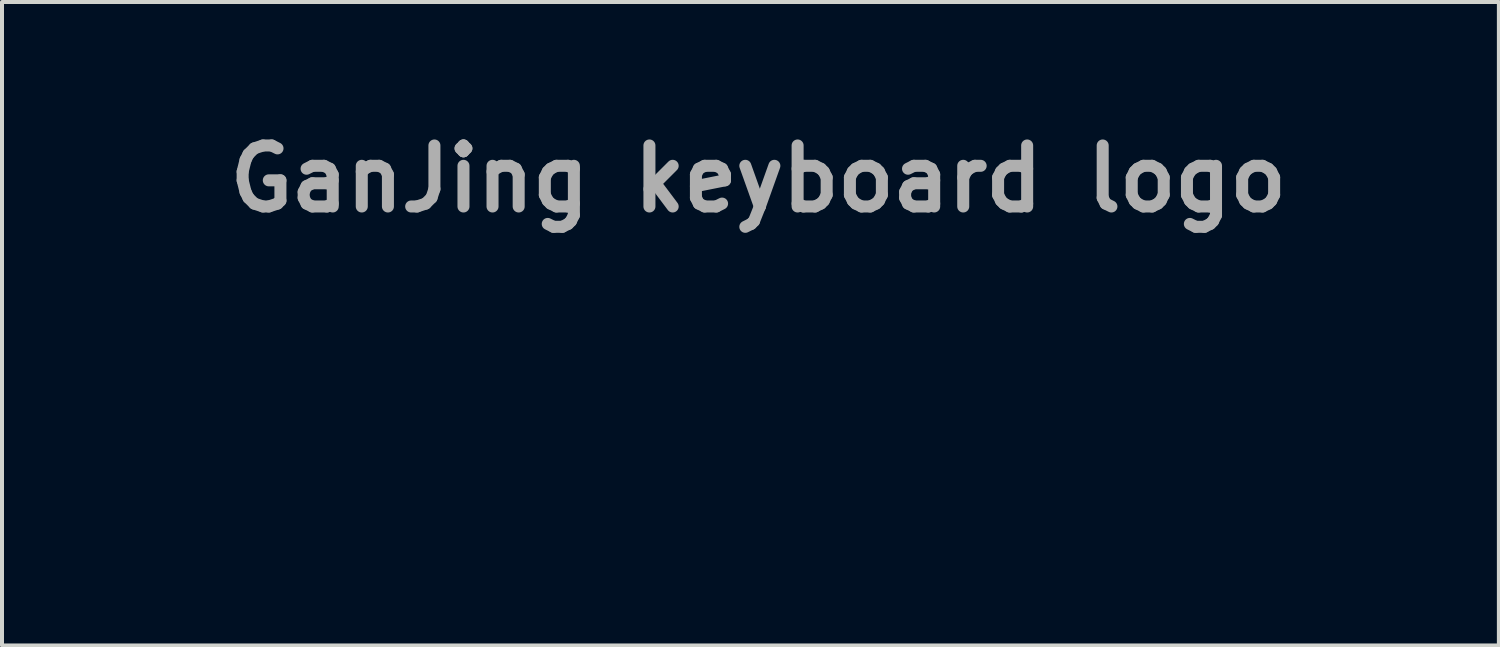
<source format=kicad_pcb>
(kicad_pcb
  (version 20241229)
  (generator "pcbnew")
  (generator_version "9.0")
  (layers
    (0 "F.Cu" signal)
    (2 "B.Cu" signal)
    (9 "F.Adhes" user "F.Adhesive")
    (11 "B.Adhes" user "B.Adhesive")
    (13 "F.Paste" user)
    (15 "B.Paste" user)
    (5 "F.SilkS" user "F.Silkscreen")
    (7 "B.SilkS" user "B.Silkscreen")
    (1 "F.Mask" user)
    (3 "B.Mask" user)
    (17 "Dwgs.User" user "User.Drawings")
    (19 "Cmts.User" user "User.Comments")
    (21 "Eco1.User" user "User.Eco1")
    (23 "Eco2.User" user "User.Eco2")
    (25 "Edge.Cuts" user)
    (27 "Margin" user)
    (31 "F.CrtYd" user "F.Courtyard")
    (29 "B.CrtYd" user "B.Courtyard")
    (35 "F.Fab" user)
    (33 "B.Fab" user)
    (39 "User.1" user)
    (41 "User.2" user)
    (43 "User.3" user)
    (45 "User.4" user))
  (footprint "GanJing keyboard logo"
    (layer "F.Cu")
    (at 15.892 6.854)
    (property "Reference" "GanJing keyboard logo" (at 0 -5.436 0) (layer "F.Fab") (effects (font (size 1.524 1.524) (thickness 0.3))))
    (attr through_hole)
    (fp_poly (pts (xy -6.105 -0.125) (xy -6.104 -0.117) (xy -6.117 -0.101) (xy -6.137 -0.082) (xy -6.15 -0.076) (xy -6.159 -0.086) (xy -6.161 -0.101) (xy -6.154 -0.12) (xy -6.13 -0.126) (xy -6.128 -0.126) (xy -6.105 -0.125)) (stroke (width 0.01) (type solid)) (fill yes) (layer "F.Mask"))
    (fp_poly (pts (xy -5.976 -0.156) (xy -5.99 -0.128) (xy -6.011 -0.092) (xy -6.037 -0.054) (xy -6.064 -0.019) (xy -6.066 -0.016) (xy -6.099 0.02) (xy -6.118 0.036) (xy -6.123 0.034) (xy -6.114 0.016) (xy -6.093 -0.019) (xy -6.058 -0.067) (xy -6.057 -0.068) (xy -6.024 -0.111) (xy -5.998 -0.145) (xy -5.98 -0.165) (xy -5.974 -0.17) (xy -5.976 -0.156)) (stroke (width 0.01) (type solid)) (fill yes) (layer "F.Mask"))
    (fp_poly (pts (xy -3.233 -2.736) (xy -3.154 -2.703) (xy -3.09 -2.652) (xy -3.043 -2.583) (xy -3.037 -2.568) (xy -3.018 -2.494) (xy -3.021 -2.418) (xy -3.046 -2.346) (xy -3.09 -2.281) (xy -3.152 -2.227) (xy -3.2 -2.201) (xy -3.247 -2.186) (xy -3.312 -2.176) (xy -3.385 -2.171) (xy -3.461 -2.171) (xy -3.531 -2.176) (xy -3.573 -2.184) (xy -3.614 -2.195) (xy -3.645 -2.207) (xy -3.655 -2.213) (xy -3.678 -2.227) (xy -3.712 -2.244) (xy -3.722 -2.248) (xy -3.767 -2.27) (xy -3.809 -2.297) (xy -3.814 -2.3) (xy -3.842 -2.327) (xy -3.854 -2.355) (xy -3.855 -2.38) (xy -3.846 -2.432) (xy -3.822 -2.493) (xy -3.786 -2.556) (xy -3.742 -2.613) (xy -3.719 -2.636) (xy -3.683 -2.667) (xy -3.646 -2.689) (xy -3.6 -2.707) (xy -3.556 -2.72) (xy -3.435 -2.744) (xy -3.327 -2.75) (xy -3.233 -2.736)) (stroke (width 0.01) (type solid)) (fill yes) (layer "F.Mask"))
    (fp_poly (pts (xy -4.314 -2.674) (xy -4.283 -2.659) (xy -4.251 -2.631) (xy -4.245 -2.624) (xy -4.209 -2.578) (xy -4.185 -2.525) (xy -4.168 -2.458) (xy -4.162 -2.413) (xy -4.154 -2.368) (xy -4.142 -2.328) (xy -4.137 -2.316) (xy -4.124 -2.28) (xy -4.12 -2.251) (xy -4.113 -2.221) (xy -4.101 -2.205) (xy -4.085 -2.183) (xy -4.07 -2.149) (xy -4.068 -2.142) (xy -4.062 -2.113) (xy -4.063 -2.086) (xy -4.075 -2.053) (xy -4.087 -2.027) (xy -4.144 -1.931) (xy -4.219 -1.853) (xy -4.312 -1.792) (xy -4.424 -1.745) (xy -4.426 -1.745) (xy -4.507 -1.722) (xy -4.572 -1.71) (xy -4.625 -1.708) (xy -4.667 -1.715) (xy -4.74 -1.743) (xy -4.8 -1.789) (xy -4.846 -1.854) (xy -4.88 -1.94) (xy -4.903 -2.047) (xy -4.907 -2.08) (xy -4.906 -2.169) (xy -4.888 -2.264) (xy -4.854 -2.358) (xy -4.808 -2.445) (xy -4.754 -2.512) (xy -4.68 -2.575) (xy -4.595 -2.626) (xy -4.506 -2.662) (xy -4.419 -2.68) (xy -4.356 -2.68) (xy -4.314 -2.674)) (stroke (width 0.01) (type solid)) (fill yes) (layer "F.Mask"))
    (fp_poly (pts (xy -7.389 -1.568) (xy -7.329 -1.545) (xy -7.281 -1.506) (xy -7.243 -1.449) (xy -7.214 -1.372) (xy -7.194 -1.273) (xy -7.182 -1.153) (xy -7.177 -1.088) (xy -7.17 -1.029) (xy -7.164 -0.983) (xy -7.158 -0.955) (xy -7.157 -0.953) (xy -7.147 -0.915) (xy -7.144 -0.886) (xy -7.14 -0.858) (xy -7.128 -0.816) (xy -7.113 -0.768) (xy -7.111 -0.764) (xy -7.092 -0.705) (xy -7.086 -0.657) (xy -7.091 -0.611) (xy -7.109 -0.558) (xy -7.126 -0.521) (xy -7.183 -0.429) (xy -7.258 -0.349) (xy -7.347 -0.284) (xy -7.447 -0.236) (xy -7.553 -0.208) (xy -7.66 -0.201) (xy -7.686 -0.203) (xy -7.787 -0.225) (xy -7.873 -0.267) (xy -7.945 -0.33) (xy -7.999 -0.411) (xy -8.029 -0.483) (xy -8.041 -0.526) (xy -8.049 -0.567) (xy -8.054 -0.612) (xy -8.056 -0.669) (xy -8.056 -0.743) (xy -8.05 -0.878) (xy -8.033 -0.993) (xy -8.004 -1.095) (xy -7.96 -1.187) (xy -7.9 -1.275) (xy -7.822 -1.364) (xy -7.807 -1.379) (xy -7.724 -1.456) (xy -7.648 -1.513) (xy -7.578 -1.551) (xy -7.511 -1.571) (xy -7.462 -1.575) (xy -7.389 -1.568)) (stroke (width 0.01) (type solid)) (fill yes) (layer "F.Mask"))
    (fp_poly (pts (xy -6.465 -3.083) (xy -6.364 -3.063) (xy -6.304 -3.045) (xy -6.233 -3.019) (xy -6.158 -2.988) (xy -6.087 -2.955) (xy -6.026 -2.924) (xy -5.987 -2.9) (xy -5.955 -2.864) (xy -5.929 -2.81) (xy -5.908 -2.745) (xy -5.896 -2.675) (xy -5.893 -2.606) (xy -5.9 -2.546) (xy -5.913 -2.512) (xy -5.943 -2.469) (xy -5.989 -2.425) (xy -6.039 -2.388) (xy -6.065 -2.374) (xy -6.09 -2.365) (xy -6.134 -2.351) (xy -6.193 -2.332) (xy -6.262 -2.312) (xy -6.328 -2.293) (xy -6.413 -2.268) (xy -6.489 -2.243) (xy -6.553 -2.22) (xy -6.6 -2.2) (xy -6.615 -2.192) (xy -6.655 -2.171) (xy -6.691 -2.158) (xy -6.708 -2.154) (xy -6.727 -2.158) (xy -6.737 -2.173) (xy -6.744 -2.206) (xy -6.745 -2.211) (xy -6.756 -2.263) (xy -6.778 -2.314) (xy -6.812 -2.37) (xy -6.861 -2.435) (xy -6.879 -2.457) (xy -6.937 -2.53) (xy -6.976 -2.591) (xy -6.998 -2.641) (xy -7.005 -2.681) (xy -6.998 -2.72) (xy -6.978 -2.77) (xy -6.949 -2.828) (xy -6.914 -2.885) (xy -6.878 -2.935) (xy -6.855 -2.961) (xy -6.774 -3.025) (xy -6.682 -3.067) (xy -6.579 -3.086) (xy -6.465 -3.083)) (stroke (width 0.01) (type solid)) (fill yes) (layer "F.Mask"))
    (fp_poly (pts (xy -2.288 -4.118) (xy -2.234 -4.091) (xy -2.193 -4.061) (xy -2.152 -4.013) (xy -2.118 -3.951) (xy -2.097 -3.884) (xy -2.091 -3.838) (xy -2.101 -3.759) (xy -2.129 -3.687) (xy -2.171 -3.624) (xy -2.225 -3.578) (xy -2.279 -3.553) (xy -2.315 -3.546) (xy -2.346 -3.547) (xy -2.384 -3.557) (xy -2.405 -3.565) (xy -2.549 -3.607) (xy -2.701 -3.63) (xy -2.862 -3.635) (xy -3.036 -3.621) (xy -3.225 -3.588) (xy -3.248 -3.583) (xy -3.434 -3.534) (xy -3.633 -3.469) (xy -3.842 -3.387) (xy -4.055 -3.292) (xy -4.27 -3.185) (xy -4.359 -3.137) (xy -4.46 -3.082) (xy -4.553 -3.032) (xy -4.638 -2.987) (xy -4.709 -2.95) (xy -4.765 -2.922) (xy -4.802 -2.905) (xy -4.802 -2.905) (xy -4.833 -2.894) (xy -4.851 -2.895) (xy -4.87 -2.911) (xy -4.876 -2.916) (xy -4.893 -2.94) (xy -4.897 -2.958) (xy -4.896 -2.958) (xy -4.881 -2.972) (xy -4.848 -2.997) (xy -4.801 -3.03) (xy -4.744 -3.069) (xy -4.68 -3.111) (xy -4.612 -3.154) (xy -4.545 -3.195) (xy -4.513 -3.215) (xy -4.426 -3.265) (xy -4.321 -3.321) (xy -4.204 -3.382) (xy -4.08 -3.445) (xy -3.954 -3.506) (xy -3.832 -3.563) (xy -3.719 -3.614) (xy -3.717 -3.615) (xy -3.644 -3.647) (xy -3.557 -3.686) (xy -3.462 -3.729) (xy -3.368 -3.771) (xy -3.295 -3.805) (xy -3.161 -3.866) (xy -3.048 -3.918) (xy -2.952 -3.961) (xy -2.871 -3.996) (xy -2.803 -4.025) (xy -2.745 -4.048) (xy -2.693 -4.066) (xy -2.647 -4.081) (xy -2.602 -4.093) (xy -2.557 -4.104) (xy -2.514 -4.113) (xy -2.424 -4.128) (xy -2.35 -4.13) (xy -2.288 -4.118)) (stroke (width 0.01) (type solid)) (fill yes) (layer "F.Mask"))
    (fp_poly (pts (xy 11.978 -3.988) (xy 12.02 -3.965) (xy 12.074 -3.927) (xy 12.108 -3.885) (xy 12.126 -3.835) (xy 12.13 -3.77) (xy 12.129 -3.742) (xy 12.124 -3.687) (xy 12.114 -3.633) (xy 12.102 -3.595) (xy 12.088 -3.565) (xy 12.071 -3.546) (xy 12.045 -3.531) (xy 12.001 -3.515) (xy 12 -3.515) (xy 11.93 -3.488) (xy 11.847 -3.45) (xy 11.756 -3.403) (xy 11.665 -3.352) (xy 11.579 -3.3) (xy 11.568 -3.293) (xy 11.432 -3.2) (xy 11.294 -3.096) (xy 11.151 -2.98) (xy 11.002 -2.849) (xy 10.845 -2.703) (xy 10.679 -2.541) (xy 10.503 -2.36) (xy 10.321 -2.167) (xy 10.218 -2.059) (xy 10.114 -1.952) (xy 10.01 -1.85) (xy 9.909 -1.755) (xy 9.814 -1.668) (xy 9.726 -1.593) (xy 9.65 -1.531) (xy 9.586 -1.485) (xy 9.56 -1.468) (xy 9.536 -1.455) (xy 9.527 -1.458) (xy 9.525 -1.478) (xy 9.525 -1.48) (xy 9.532 -1.5) (xy 9.554 -1.541) (xy 9.59 -1.601) (xy 9.64 -1.68) (xy 9.704 -1.779) (xy 9.782 -1.896) (xy 9.801 -1.925) (xy 9.871 -2.028) (xy 9.93 -2.116) (xy 9.982 -2.191) (xy 10.029 -2.257) (xy 10.074 -2.316) (xy 10.119 -2.371) (xy 10.166 -2.425) (xy 10.219 -2.482) (xy 10.28 -2.544) (xy 10.351 -2.615) (xy 10.435 -2.696) (xy 10.534 -2.793) (xy 10.54 -2.798) (xy 10.618 -2.876) (xy 10.706 -2.966) (xy 10.796 -3.063) (xy 10.881 -3.157) (xy 10.957 -3.244) (xy 10.957 -3.244) (xy 11.036 -3.336) (xy 11.111 -3.421) (xy 11.181 -3.497) (xy 11.243 -3.562) (xy 11.296 -3.615) (xy 11.337 -3.653) (xy 11.366 -3.675) (xy 11.378 -3.679) (xy 11.394 -3.687) (xy 11.424 -3.707) (xy 11.463 -3.736) (xy 11.483 -3.753) (xy 11.599 -3.842) (xy 11.703 -3.912) (xy 11.798 -3.961) (xy 11.886 -3.991) (xy 11.914 -3.998) (xy 11.944 -3.999) (xy 11.978 -3.988)) (stroke (width 0.01) (type solid)) (fill yes) (layer "F.Mask"))
    (fp_poly (pts (xy -6.228 0.033) (xy -6.24 0.063) (xy -6.26 0.099) (xy -6.287 0.134) (xy -6.301 0.149) (xy -6.344 0.192) (xy -6.291 0.165) (xy -6.258 0.149) (xy -6.236 0.14) (xy -6.232 0.139) (xy -6.234 0.149) (xy -6.246 0.18) (xy -6.267 0.226) (xy -6.294 0.286) (xy -6.328 0.356) (xy -6.365 0.434) (xy -6.405 0.515) (xy -6.446 0.598) (xy -6.469 0.643) (xy -6.543 0.795) (xy -6.601 0.933) (xy -6.643 1.059) (xy -6.671 1.177) (xy -6.686 1.29) (xy -6.689 1.401) (xy -6.688 1.41) (xy -6.686 1.459) (xy -6.681 1.498) (xy -6.671 1.534) (xy -6.655 1.574) (xy -6.631 1.627) (xy -6.619 1.651) (xy -6.567 1.762) (xy -6.529 1.856) (xy -6.506 1.934) (xy -6.497 1.999) (xy -6.496 2.01) (xy -6.505 2.071) (xy -6.53 2.142) (xy -6.569 2.216) (xy -6.616 2.289) (xy -6.67 2.353) (xy -6.725 2.404) (xy -6.772 2.433) (xy -6.836 2.451) (xy -6.91 2.455) (xy -6.985 2.444) (xy -7.02 2.433) (xy -7.117 2.381) (xy -7.207 2.306) (xy -7.289 2.207) (xy -7.364 2.086) (xy -7.383 2.047) (xy -7.427 1.949) (xy -7.461 1.849) (xy -7.489 1.74) (xy -7.512 1.614) (xy -7.515 1.594) (xy -7.527 1.502) (xy -7.533 1.431) (xy -7.532 1.376) (xy -7.524 1.334) (xy -7.51 1.301) (xy -7.509 1.301) (xy -7.49 1.272) (xy -7.475 1.262) (xy -7.454 1.271) (xy -7.433 1.286) (xy -7.396 1.308) (xy -7.348 1.333) (xy -7.299 1.355) (xy -7.256 1.37) (xy -7.236 1.376) (xy -7.226 1.374) (xy -7.213 1.366) (xy -7.197 1.349) (xy -7.176 1.32) (xy -7.147 1.277) (xy -7.109 1.217) (xy -7.061 1.139) (xy -7.046 1.114) (xy -6.932 0.932) (xy -6.823 0.76) (xy -6.718 0.602) (xy -6.621 0.461) (xy -6.532 0.338) (xy -6.52 0.321) (xy -6.476 0.266) (xy -6.429 0.209) (xy -6.38 0.154) (xy -6.334 0.104) (xy -6.293 0.062) (xy -6.26 0.032) (xy -6.238 0.016) (xy -6.23 0.015) (xy -6.228 0.033)) (stroke (width 0.01) (type solid)) (fill yes) (layer "F.Mask"))
    (fp_poly (pts (xy 2.584 -3.118) (xy 2.67 -3.088) (xy 2.744 -3.037) (xy 2.804 -2.965) (xy 2.851 -2.871) (xy 2.879 -2.784) (xy 2.894 -2.699) (xy 2.891 -2.629) (xy 2.869 -2.576) (xy 2.856 -2.56) (xy 2.823 -2.54) (xy 2.77 -2.522) (xy 2.702 -2.507) (xy 2.626 -2.498) (xy 2.564 -2.495) (xy 2.51 -2.489) (xy 2.457 -2.469) (xy 2.432 -2.455) (xy 2.384 -2.422) (xy 2.325 -2.373) (xy 2.26 -2.311) (xy 2.191 -2.242) (xy 2.125 -2.168) (xy 2.063 -2.094) (xy 2.031 -2.053) (xy 2.004 -2.017) (xy 1.963 -1.965) (xy 1.91 -1.899) (xy 1.847 -1.822) (xy 1.777 -1.736) (xy 1.702 -1.645) (xy 1.624 -1.55) (xy 1.582 -1.5) (xy 1.429 -1.315) (xy 1.292 -1.147) (xy 1.168 -0.99) (xy 1.055 -0.844) (xy 0.952 -0.704) (xy 0.855 -0.569) (xy 0.764 -0.435) (xy 0.675 -0.299) (xy 0.588 -0.16) (xy 0.5 -0.012) (xy 0.435 0.098) (xy 0.397 0.163) (xy 0.362 0.22) (xy 0.33 0.267) (xy 0.307 0.298) (xy 0.295 0.311) (xy 0.264 0.325) (xy 0.226 0.334) (xy 0.19 0.339) (xy 0.165 0.336) (xy 0.161 0.333) (xy 0.151 0.307) (xy 0.15 0.261) (xy 0.156 0.196) (xy 0.171 0.115) (xy 0.192 0.022) (xy 0.219 -0.082) (xy 0.252 -0.194) (xy 0.29 -0.307) (xy 0.323 -0.401) (xy 0.354 -0.475) (xy 0.383 -0.535) (xy 0.414 -0.585) (xy 0.449 -0.631) (xy 0.47 -0.655) (xy 0.531 -0.726) (xy 0.594 -0.805) (xy 0.66 -0.896) (xy 0.731 -1) (xy 0.808 -1.121) (xy 0.893 -1.26) (xy 0.983 -1.411) (xy 1.088 -1.586) (xy 1.202 -1.765) (xy 1.319 -1.943) (xy 1.435 -2.111) (xy 1.547 -2.263) (xy 1.562 -2.284) (xy 1.609 -2.345) (xy 1.651 -2.403) (xy 1.688 -2.453) (xy 1.715 -2.49) (xy 1.726 -2.507) (xy 1.816 -2.639) (xy 1.905 -2.758) (xy 1.992 -2.863) (xy 2.075 -2.95) (xy 2.151 -3.017) (xy 2.183 -3.041) (xy 2.271 -3.087) (xy 2.375 -3.116) (xy 2.484 -3.127) (xy 2.584 -3.118)) (stroke (width 0.01) (type solid)) (fill yes) (layer "F.Mask"))
    (fp_poly (pts (xy -10.296 -2.003) (xy -10.255 -1.992) (xy -10.162 -1.953) (xy -10.09 -1.9) (xy -10.04 -1.836) (xy -10.011 -1.759) (xy -10.005 -1.671) (xy -10.009 -1.632) (xy -10.013 -1.611) (xy -10.019 -1.594) (xy -10.03 -1.577) (xy -10.049 -1.558) (xy -10.08 -1.534) (xy -10.126 -1.502) (xy -10.189 -1.459) (xy -10.191 -1.457) (xy -10.505 -1.237) (xy -10.799 -1.017) (xy -11.077 -0.792) (xy -11.345 -0.558) (xy -11.608 -0.312) (xy -11.705 -0.217) (xy -11.784 -0.137) (xy -11.847 -0.074) (xy -11.895 -0.025) (xy -11.928 0.011) (xy -11.949 0.036) (xy -11.958 0.051) (xy -11.957 0.057) (xy -11.95 0.057) (xy -11.905 0.043) (xy -11.844 0.016) (xy -11.769 -0.021) (xy -11.686 -0.066) (xy -11.597 -0.118) (xy -11.553 -0.145) (xy -11.407 -0.231) (xy -11.266 -0.305) (xy -11.132 -0.365) (xy -11.008 -0.41) (xy -10.896 -0.44) (xy -10.799 -0.453) (xy -10.778 -0.454) (xy -10.735 -0.451) (xy -10.706 -0.442) (xy -10.679 -0.421) (xy -10.673 -0.416) (xy -10.64 -0.367) (xy -10.619 -0.299) (xy -10.61 -0.211) (xy -10.61 -0.138) (xy -10.614 -0.081) (xy -10.62 -0.041) (xy -10.632 -0.007) (xy -10.652 0.031) (xy -10.659 0.043) (xy -10.697 0.098) (xy -10.752 0.162) (xy -10.817 0.232) (xy -10.889 0.301) (xy -10.951 0.356) (xy -10.997 0.401) (xy -11.051 0.466) (xy -11.11 0.545) (xy -11.171 0.636) (xy -11.233 0.733) (xy -11.293 0.834) (xy -11.349 0.933) (xy -11.397 1.028) (xy -11.435 1.114) (xy -11.457 1.172) (xy -11.486 1.279) (xy -11.505 1.389) (xy -11.512 1.495) (xy -11.506 1.589) (xy -11.505 1.601) (xy -11.479 1.701) (xy -11.438 1.785) (xy -11.38 1.852) (xy -11.303 1.904) (xy -11.208 1.941) (xy -11.093 1.965) (xy -10.98 1.975) (xy -10.909 1.977) (xy -10.854 1.976) (xy -10.804 1.971) (xy -10.751 1.961) (xy -10.692 1.948) (xy -10.517 1.899) (xy -10.364 1.844) (xy -10.233 1.782) (xy -10.126 1.714) (xy -10.043 1.64) (xy -10.027 1.62) (xy -9.984 1.555) (xy -9.948 1.477) (xy -9.925 1.399) (xy -9.922 1.379) (xy -9.921 1.314) (xy -9.932 1.235) (xy -9.952 1.152) (xy -9.98 1.072) (xy -9.985 1.061) (xy -10.018 0.987) (xy -9.993 0.919) (xy -9.937 0.742) (xy -9.902 0.571) (xy -9.886 0.4) (xy -9.885 0.357) (xy -9.885 0.304) (xy -9.883 0.263) (xy -9.882 0.237) (xy -9.881 0.232) (xy -9.874 0.244) (xy -9.859 0.274) (xy -9.838 0.316) (xy -9.821 0.351) (xy -9.758 0.47) (xy -9.692 0.572) (xy -9.615 0.667) (xy -9.58 0.706) (xy -9.498 0.792) (xy -9.502 1.092) (xy -9.504 1.188) (xy -9.505 1.261) (xy -9.507 1.318) (xy -9.51 1.36) (xy -9.514 1.392) (xy -9.52 1.417) (xy -9.527 1.439) (xy -9.536 1.462) (xy -9.599 1.581) (xy -9.683 1.702) (xy -9.785 1.82) (xy -9.9 1.933) (xy -10.026 2.036) (xy -10.155 2.124) (xy -10.356 2.234) (xy -10.557 2.319) (xy -10.758 2.381) (xy -10.962 2.417) (xy -11.168 2.431) (xy -11.192 2.431) (xy -11.272 2.429) (xy -11.336 2.425) (xy -11.39 2.418) (xy -11.445 2.406) (xy -11.472 2.399) (xy -11.574 2.366) (xy -11.674 2.324) (xy -11.768 2.276) (xy -11.848 2.225) (xy -11.905 2.178) (xy -11.976 2.092) (xy -12.025 1.996) (xy -12.052 1.894) (xy -12.054 1.866) (xy -12.055 1.771) (xy -12.044 1.658) (xy -12.022 1.533) (xy -11.991 1.401) (xy -11.952 1.266) (xy -11.93 1.201) (xy -11.908 1.143) (xy -11.88 1.072) (xy -11.848 0.995) (xy -11.814 0.915) (xy -11.779 0.837) (xy -11.746 0.765) (xy -11.717 0.705) (xy -11.694 0.66) (xy -11.683 0.641) (xy -11.668 0.613) (xy -11.65 0.573) (xy -11.632 0.527) (xy -11.616 0.481) (xy -11.603 0.441) (xy -11.597 0.413) (xy -11.598 0.405) (xy -11.615 0.404) (xy -11.651 0.416) (xy -11.701 0.44) (xy -11.762 0.474) (xy -11.833 0.517) (xy -11.911 0.566) (xy -11.991 0.62) (xy -12.052 0.663) (xy -12.185 0.755) (xy -12.318 0.837) (xy -12.446 0.908) (xy -12.566 0.965) (xy -12.674 1.007) (xy -12.735 1.026) (xy -12.819 1.043) (xy -12.893 1.052) (xy -12.954 1.054) (xy -12.997 1.046) (xy -13.009 1.04) (xy -13.026 1.025) (xy -13.036 1.004) (xy -13.038 0.974) (xy -13.033 0.933) (xy -13.02 0.877) (xy -12.998 0.803) (xy -12.968 0.709) (xy -12.968 0.708) (xy -12.942 0.63) (xy -12.922 0.573) (xy -12.907 0.533) (xy -12.894 0.506) (xy -12.882 0.488) (xy -12.868 0.476) (xy -12.853 0.467) (xy -12.849 0.465) (xy -12.805 0.448) (xy -12.756 0.435) (xy -12.748 0.433) (xy -12.694 0.419) (xy -12.626 0.391) (xy -12.551 0.354) (xy -12.475 0.31) (xy -12.403 0.263) (xy -12.366 0.235) (xy -12.336 0.209) (xy -12.292 0.168) (xy -12.234 0.113) (xy -12.165 0.046) (xy -12.087 -0.029) (xy -12.004 -0.112) (xy -11.916 -0.199) (xy -11.836 -0.279) (xy -11.713 -0.405) (xy -11.595 -0.526) (xy -11.484 -0.642) (xy -11.382 -0.75) (xy -11.289 -0.851) (xy -11.207 -0.942) (xy -11.137 -1.021) (xy -11.08 -1.089) (xy -11.037 -1.143) (xy -11.01 -1.182) (xy -10.999 -1.205) (xy -10.999 -1.206) (xy -11 -1.223) (xy -11.005 -1.231) (xy -11.02 -1.232) (xy -11.048 -1.225) (xy -11.094 -1.209) (xy -11.112 -1.203) (xy -11.169 -1.185) (xy -11.229 -1.17) (xy -11.295 -1.156) (xy -11.372 -1.143) (xy -11.464 -1.13) (xy -11.575 -1.116) (xy -11.642 -1.109) (xy -11.725 -1.099) (xy -11.805 -1.089) (xy -11.878 -1.08) (xy -11.936 -1.071) (xy -11.974 -1.065) (xy -12.06 -1.049) (xy -12.055 -1.151) (xy -12.05 -1.212) (xy -12.04 -1.259) (xy -12.024 -1.3) (xy -12.013 -1.321) (xy -11.958 -1.4) (xy -11.88 -1.478) (xy -11.782 -1.554) (xy -11.666 -1.626) (xy -11.535 -1.691) (xy -11.488 -1.712) (xy -11.436 -1.732) (xy -11.372 -1.755) (xy -11.299 -1.781) (xy -11.222 -1.807) (xy -11.144 -1.833) (xy -11.07 -1.856) (xy -11.005 -1.876) (xy -10.951 -1.892) (xy -10.915 -1.901) (xy -10.901 -1.902) (xy -10.877 -1.908) (xy -10.839 -1.921) (xy -10.795 -1.94) (xy -10.665 -1.991) (xy -10.54 -2.018) (xy -10.418 -2.022) (xy -10.296 -2.003)) (stroke (width 0.01) (type solid)) (fill yes) (layer "F.Mask"))
    (fp_poly (pts (xy 3.037 -2.146) (xy 3.083 -2.142) (xy 3.122 -2.133) (xy 3.159 -2.118) (xy 3.218 -2.083) (xy 3.274 -2.034) (xy 3.321 -1.978) (xy 3.346 -1.933) (xy 3.357 -1.877) (xy 3.344 -1.816) (xy 3.311 -1.754) (xy 3.258 -1.691) (xy 3.188 -1.631) (xy 3.102 -1.574) (xy 3.055 -1.549) (xy 2.927 -1.482) (xy 2.825 -1.416) (xy 2.745 -1.351) (xy 2.687 -1.286) (xy 2.651 -1.22) (xy 2.634 -1.152) (xy 2.633 -1.129) (xy 2.624 -1.086) (xy 2.598 -1.032) (xy 2.559 -0.974) (xy 2.511 -0.918) (xy 2.455 -0.86) (xy 2.566 -0.854) (xy 2.665 -0.841) (xy 2.746 -0.811) (xy 2.808 -0.765) (xy 2.854 -0.701) (xy 2.878 -0.64) (xy 2.895 -0.574) (xy 2.898 -0.523) (xy 2.887 -0.484) (xy 2.861 -0.45) (xy 2.851 -0.441) (xy 2.808 -0.408) (xy 2.754 -0.377) (xy 2.698 -0.351) (xy 2.648 -0.333) (xy 2.614 -0.328) (xy 2.576 -0.319) (xy 2.524 -0.296) (xy 2.463 -0.261) (xy 2.397 -0.218) (xy 2.33 -0.168) (xy 2.267 -0.115) (xy 2.212 -0.062) (xy 2.199 -0.048) (xy 2.161 -0.000101) (xy 2.126 0.053) (xy 2.096 0.108) (xy 2.073 0.16) (xy 2.058 0.206) (xy 2.054 0.24) (xy 2.061 0.261) (xy 2.071 0.265) (xy 2.109 0.258) (xy 2.162 0.24) (xy 2.225 0.212) (xy 2.292 0.177) (xy 2.336 0.151) (xy 2.443 0.093) (xy 2.566 0.038) (xy 2.696 -0.009) (xy 2.802 -0.039) (xy 2.914 -0.067) (xy 2.938 -0.038) (xy 2.952 -0.006) (xy 2.96 0.043) (xy 2.962 0.102) (xy 2.959 0.163) (xy 2.949 0.22) (xy 2.936 0.261) (xy 2.894 0.327) (xy 2.83 0.393) (xy 2.745 0.456) (xy 2.642 0.515) (xy 2.523 0.569) (xy 2.513 0.574) (xy 2.461 0.594) (xy 2.417 0.613) (xy 2.386 0.626) (xy 2.378 0.63) (xy 2.357 0.64) (xy 2.318 0.655) (xy 2.269 0.674) (xy 2.235 0.686) (xy 2.117 0.736) (xy 2.023 0.792) (xy 1.951 0.854) (xy 1.904 0.922) (xy 1.881 0.996) (xy 1.882 1.075) (xy 1.89 1.109) (xy 1.902 1.148) (xy 1.915 1.17) (xy 1.933 1.178) (xy 1.963 1.174) (xy 2.01 1.158) (xy 2.024 1.153) (xy 2.069 1.136) (xy 2.129 1.11) (xy 2.2 1.077) (xy 2.276 1.041) (xy 2.334 1.013) (xy 2.449 0.957) (xy 2.546 0.915) (xy 2.63 0.885) (xy 2.701 0.867) (xy 2.765 0.859) (xy 2.814 0.859) (xy 2.859 0.865) (xy 2.889 0.874) (xy 2.913 0.892) (xy 2.925 0.905) (xy 2.954 0.955) (xy 2.961 1.011) (xy 2.945 1.071) (xy 2.908 1.132) (xy 2.85 1.193) (xy 2.833 1.206) (xy 2.759 1.261) (xy 2.695 1.3) (xy 2.633 1.326) (xy 2.617 1.332) (xy 2.539 1.364) (xy 2.451 1.418) (xy 2.356 1.492) (xy 2.304 1.531) (xy 2.256 1.558) (xy 2.216 1.571) (xy 2.188 1.57) (xy 2.18 1.562) (xy 2.177 1.537) (xy 2.188 1.5) (xy 2.21 1.458) (xy 2.241 1.419) (xy 2.242 1.417) (xy 2.281 1.369) (xy 2.301 1.324) (xy 2.306 1.288) (xy 2.306 1.251) (xy 2.142 1.283) (xy 2.076 1.297) (xy 2.03 1.307) (xy 2 1.316) (xy 1.981 1.325) (xy 1.969 1.338) (xy 1.96 1.354) (xy 1.957 1.36) (xy 1.941 1.411) (xy 1.932 1.48) (xy 1.93 1.56) (xy 1.937 1.644) (xy 1.945 1.698) (xy 1.956 1.761) (xy 1.965 1.836) (xy 1.972 1.908) (xy 1.973 1.922) (xy 1.982 2.043) (xy 2.034 2.034) (xy 2.118 2.014) (xy 2.218 1.977) (xy 2.337 1.923) (xy 2.425 1.878) (xy 2.561 1.811) (xy 2.679 1.761) (xy 2.78 1.73) (xy 2.865 1.716) (xy 2.934 1.72) (xy 2.983 1.739) (xy 3.01 1.757) (xy 3.021 1.775) (xy 3.017 1.8) (xy 2.999 1.838) (xy 2.999 1.839) (xy 2.983 1.871) (xy 2.974 1.892) (xy 2.973 1.896) (xy 2.984 1.901) (xy 2.999 1.902) (xy 3.019 1.908) (xy 3.024 1.916) (xy 3.014 1.936) (xy 2.989 1.967) (xy 2.952 2.004) (xy 2.908 2.042) (xy 2.862 2.079) (xy 2.818 2.109) (xy 2.814 2.111) (xy 2.762 2.14) (xy 2.702 2.17) (xy 2.638 2.2) (xy 2.576 2.227) (xy 2.521 2.249) (xy 2.478 2.263) (xy 2.453 2.268) (xy 2.42 2.275) (xy 2.4 2.285) (xy 2.368 2.302) (xy 2.315 2.324) (xy 2.245 2.35) (xy 2.16 2.38) (xy 2.063 2.41) (xy 1.959 2.442) (xy 1.909 2.457) (xy 1.835 2.478) (xy 1.767 2.499) (xy 1.711 2.517) (xy 1.67 2.53) (xy 1.65 2.539) (xy 1.625 2.549) (xy 1.582 2.562) (xy 1.527 2.578) (xy 1.471 2.593) (xy 1.409 2.608) (xy 1.366 2.618) (xy 1.335 2.623) (xy 1.311 2.622) (xy 1.287 2.617) (xy 1.259 2.608) (xy 1.196 2.581) (xy 1.155 2.547) (xy 1.134 2.504) (xy 1.129 2.453) (xy 1.14 2.381) (xy 1.169 2.312) (xy 1.212 2.255) (xy 1.213 2.255) (xy 1.235 2.238) (xy 1.275 2.214) (xy 1.325 2.186) (xy 1.366 2.165) (xy 1.421 2.136) (xy 1.472 2.109) (xy 1.512 2.086) (xy 1.53 2.075) (xy 1.555 2.057) (xy 1.57 2.048) (xy 1.57 2.047) (xy 1.569 2.036) (xy 1.564 2.006) (xy 1.556 1.964) (xy 1.555 1.959) (xy 1.547 1.909) (xy 1.539 1.843) (xy 1.533 1.772) (xy 1.529 1.722) (xy 1.521 1.574) (xy 1.482 1.582) (xy 1.416 1.607) (xy 1.348 1.657) (xy 1.276 1.732) (xy 1.201 1.832) (xy 1.188 1.851) (xy 1.131 1.933) (xy 1.076 2.001) (xy 1.026 2.052) (xy 0.983 2.085) (xy 0.97 2.091) (xy 0.946 2.099) (xy 0.92 2.098) (xy 0.883 2.089) (xy 0.852 2.079) (xy 0.76 2.04) (xy 0.688 1.989) (xy 0.638 1.929) (xy 0.611 1.861) (xy 0.61 1.856) (xy 0.609 1.807) (xy 0.618 1.75) (xy 0.636 1.695) (xy 0.657 1.657) (xy 0.679 1.632) (xy 0.703 1.613) (xy 0.734 1.6) (xy 0.775 1.59) (xy 0.83 1.583) (xy 0.902 1.577) (xy 0.983 1.574) (xy 1.092 1.568) (xy 1.18 1.559) (xy 1.251 1.546) (xy 1.311 1.528) (xy 1.362 1.504) (xy 1.409 1.474) (xy 1.415 1.469) (xy 1.456 1.435) (xy 1.485 1.4) (xy 1.505 1.361) (xy 1.517 1.311) (xy 1.523 1.246) (xy 1.524 1.162) (xy 1.524 1.101) (xy 1.522 1.049) (xy 1.519 1.013) (xy 1.516 0.996) (xy 1.515 0.995) (xy 1.501 1.001) (xy 1.47 1.018) (xy 1.429 1.042) (xy 1.404 1.057) (xy 1.285 1.121) (xy 1.179 1.163) (xy 1.084 1.183) (xy 1.001 1.182) (xy 0.928 1.159) (xy 0.87 1.117) (xy 0.832 1.067) (xy 0.813 1.004) (xy 0.813 0.926) (xy 0.831 0.833) (xy 0.841 0.796) (xy 0.85 0.77) (xy 0.86 0.749) (xy 0.875 0.73) (xy 0.898 0.708) (xy 0.933 0.681) (xy 0.983 0.645) (xy 1.02 0.62) (xy 1.086 0.573) (xy 1.154 0.521) (xy 1.216 0.471) (xy 1.266 0.428) (xy 1.274 0.421) (xy 1.319 0.382) (xy 1.377 0.333) (xy 1.444 0.279) (xy 1.512 0.226) (xy 1.543 0.203) (xy 1.6 0.159) (xy 1.647 0.121) (xy 1.683 0.09) (xy 1.703 0.07) (xy 1.706 0.063) (xy 1.696 0.057) (xy 1.674 0.049) (xy 1.639 0.038) (xy 1.587 0.023) (xy 1.515 0.003) (xy 1.432 -0.019) (xy 1.36 -0.048) (xy 1.313 -0.082) (xy 1.286 -0.108) (xy 1.272 -0.131) (xy 1.267 -0.16) (xy 1.267 -0.197) (xy 1.276 -0.27) (xy 1.304 -0.338) (xy 1.351 -0.404) (xy 1.418 -0.469) (xy 1.508 -0.533) (xy 1.62 -0.598) (xy 1.713 -0.646) (xy 1.804 -0.692) (xy 1.873 -0.734) (xy 1.923 -0.774) (xy 1.959 -0.815) (xy 1.983 -0.86) (xy 1.986 -0.866) (xy 2.012 -0.933) (xy 2.045 -1.005) (xy 2.08 -1.079) (xy 2.116 -1.147) (xy 2.149 -1.205) (xy 2.177 -1.247) (xy 2.185 -1.257) (xy 2.253 -1.32) (xy 2.324 -1.361) (xy 2.403 -1.379) (xy 2.431 -1.381) (xy 2.476 -1.383) (xy 2.505 -1.388) (xy 2.526 -1.401) (xy 2.547 -1.424) (xy 2.548 -1.425) (xy 2.572 -1.461) (xy 2.596 -1.508) (xy 2.617 -1.558) (xy 2.63 -1.601) (xy 2.633 -1.622) (xy 2.628 -1.645) (xy 2.615 -1.68) (xy 2.606 -1.698) (xy 2.578 -1.78) (xy 2.573 -1.858) (xy 2.594 -1.931) (xy 2.64 -2.001) (xy 2.672 -2.034) (xy 2.732 -2.085) (xy 2.79 -2.118) (xy 2.854 -2.138) (xy 2.93 -2.146) (xy 2.973 -2.147) (xy 3.037 -2.146)) (stroke (width 0.01) (type solid)) (fill yes) (layer "F.Mask"))
    (fp_poly (pts (xy 14.078 0.203) (xy 14.133 0.204) (xy 14.226 0.206) (xy 14.297 0.208) (xy 14.352 0.211) (xy 14.395 0.215) (xy 14.429 0.22) (xy 14.459 0.228) (xy 14.488 0.237) (xy 14.489 0.237) (xy 14.601 0.288) (xy 14.704 0.359) (xy 14.794 0.445) (xy 14.87 0.544) (xy 14.926 0.651) (xy 14.95 0.722) (xy 14.966 0.817) (xy 14.967 0.916) (xy 14.953 1.016) (xy 14.927 1.114) (xy 14.891 1.207) (xy 14.845 1.292) (xy 14.791 1.366) (xy 14.731 1.424) (xy 14.666 1.465) (xy 14.598 1.485) (xy 14.575 1.487) (xy 14.537 1.494) (xy 14.509 1.519) (xy 14.493 1.547) (xy 14.465 1.59) (xy 14.421 1.642) (xy 14.364 1.696) (xy 14.301 1.749) (xy 14.264 1.776) (xy 14.223 1.807) (xy 14.199 1.83) (xy 14.189 1.85) (xy 14.187 1.867) (xy 14.189 1.89) (xy 14.201 1.9) (xy 14.23 1.902) (xy 14.234 1.902) (xy 14.271 1.898) (xy 14.32 1.887) (xy 14.366 1.873) (xy 14.45 1.844) (xy 14.514 1.908) (xy 14.548 1.875) (xy 14.581 1.841) (xy 14.644 1.873) (xy 14.681 1.89) (xy 14.705 1.897) (xy 14.729 1.894) (xy 14.755 1.884) (xy 14.824 1.868) (xy 14.907 1.864) (xy 15.001 1.872) (xy 15.099 1.89) (xy 15.197 1.917) (xy 15.287 1.953) (xy 15.366 1.994) (xy 15.419 2.034) (xy 15.46 2.076) (xy 15.483 2.117) (xy 15.49 2.164) (xy 15.482 2.222) (xy 15.472 2.264) (xy 15.441 2.359) (xy 15.402 2.433) (xy 15.355 2.491) (xy 15.34 2.505) (xy 15.293 2.539) (xy 15.25 2.553) (xy 15.202 2.548) (xy 15.173 2.538) (xy 15.107 2.522) (xy 15.019 2.512) (xy 14.913 2.51) (xy 14.792 2.513) (xy 14.658 2.524) (xy 14.584 2.533) (xy 14.443 2.547) (xy 14.324 2.554) (xy 14.222 2.552) (xy 14.135 2.542) (xy 14.059 2.524) (xy 14.052 2.521) (xy 13.98 2.497) (xy 13.779 2.528) (xy 13.714 2.539) (xy 13.629 2.556) (xy 13.531 2.576) (xy 13.424 2.599) (xy 13.315 2.623) (xy 13.207 2.649) (xy 13.193 2.652) (xy 12.867 2.729) (xy 12.561 2.798) (xy 12.277 2.859) (xy 12.013 2.912) (xy 11.772 2.957) (xy 11.56 2.992) (xy 11.358 3.024) (xy 11.324 2.986) (xy 11.301 2.955) (xy 11.289 2.925) (xy 11.289 2.92) (xy 11.29 2.907) (xy 11.296 2.899) (xy 11.312 2.894) (xy 11.342 2.892) (xy 11.39 2.891) (xy 11.424 2.891) (xy 11.496 2.89) (xy 11.551 2.885) (xy 11.6 2.876) (xy 11.653 2.86) (xy 11.654 2.86) (xy 11.749 2.829) (xy 11.46 2.825) (xy 11.378 2.824) (xy 11.304 2.824) (xy 11.242 2.824) (xy 11.197 2.825) (xy 11.171 2.826) (xy 11.166 2.827) (xy 11.169 2.84) (xy 11.18 2.869) (xy 11.193 2.895) (xy 11.225 2.958) (xy 11.191 2.972) (xy 11.143 2.987) (xy 11.082 3) (xy 11.005 3.012) (xy 10.906 3.022) (xy 10.892 3.023) (xy 10.817 3.031) (xy 10.736 3.044) (xy 10.662 3.058) (xy 10.622 3.068) (xy 10.569 3.081) (xy 10.523 3.092) (xy 10.492 3.098) (xy 10.483 3.099) (xy 10.464 3.105) (xy 10.428 3.119) (xy 10.381 3.139) (xy 10.344 3.156) (xy 10.286 3.183) (xy 10.243 3.199) (xy 10.206 3.208) (xy 10.169 3.212) (xy 10.142 3.212) (xy 10.085 3.208) (xy 10.024 3.198) (xy 9.99 3.189) (xy 9.937 3.169) (xy 9.879 3.144) (xy 9.855 3.131) (xy 9.79 3.095) (xy 9.79 3.031) (xy 9.793 2.981) (xy 9.8 2.932) (xy 9.804 2.917) (xy 9.812 2.882) (xy 9.823 2.831) (xy 9.83 2.791) (xy 11.818 2.791) (xy 11.819 2.814) (xy 11.822 2.822) (xy 11.833 2.814) (xy 11.853 2.794) (xy 11.856 2.791) (xy 11.885 2.759) (xy 11.852 2.759) (xy 11.827 2.764) (xy 11.818 2.782) (xy 11.818 2.791) (xy 9.83 2.791) (xy 9.834 2.772) (xy 9.839 2.741) (xy 9.841 2.728) (xy 12.083 2.728) (xy 12.083 2.76) (xy 12.136 2.733) (xy 12.169 2.716) (xy 12.191 2.704) (xy 12.195 2.701) (xy 12.187 2.698) (xy 12.161 2.697) (xy 12.141 2.696) (xy 12.106 2.697) (xy 12.088 2.703) (xy 12.083 2.718) (xy 12.083 2.728) (xy 9.841 2.728) (xy 9.86 2.615) (xy 9.96 2.561) (xy 10.047 2.52) (xy 10.151 2.48) (xy 10.263 2.443) (xy 10.374 2.412) (xy 10.477 2.39) (xy 10.489 2.388) (xy 10.558 2.377) (xy 10.638 2.361) (xy 10.718 2.345) (xy 10.757 2.336) (xy 10.817 2.322) (xy 10.857 2.311) (xy 10.88 2.302) (xy 10.889 2.293) (xy 10.887 2.284) (xy 10.887 2.283) (xy 10.874 2.265) (xy 10.849 2.232) (xy 10.814 2.187) (xy 10.771 2.134) (xy 10.725 2.076) (xy 10.677 2.018) (xy 10.632 1.964) (xy 10.551 1.856) (xy 10.483 1.742) (xy 10.431 1.628) (xy 10.426 1.609) (xy 11.096 1.609) (xy 11.098 1.667) (xy 11.111 1.719) (xy 11.135 1.773) (xy 11.173 1.834) (xy 11.195 1.865) (xy 11.218 1.901) (xy 11.248 1.951) (xy 11.279 2.009) (xy 11.297 2.044) (xy 11.322 2.095) (xy 11.341 2.13) (xy 11.36 2.152) (xy 11.384 2.163) (xy 11.417 2.165) (xy 11.465 2.16) (xy 11.532 2.149) (xy 11.542 2.148) (xy 11.755 2.109) (xy 12.413 2.109) (xy 12.428 2.128) (xy 12.434 2.135) (xy 12.454 2.153) (xy 12.474 2.163) (xy 12.501 2.165) (xy 12.54 2.16) (xy 12.597 2.149) (xy 12.649 2.139) (xy 12.715 2.126) (xy 12.781 2.113) (xy 12.801 2.11) (xy 12.917 2.085) (xy 13.029 2.053) (xy 13.131 2.017) (xy 13.22 1.977) (xy 13.289 1.936) (xy 13.304 1.926) (xy 13.326 1.913) (xy 13.353 1.908) (xy 13.389 1.911) (xy 13.44 1.923) (xy 13.509 1.943) (xy 13.594 1.969) (xy 13.676 1.897) (xy 13.761 1.82) (xy 13.849 1.734) (xy 13.938 1.644) (xy 14.024 1.553) (xy 14.104 1.463) (xy 14.176 1.378) (xy 14.236 1.302) (xy 14.281 1.238) (xy 14.293 1.219) (xy 14.335 1.132) (xy 14.363 1.042) (xy 14.375 0.956) (xy 14.376 0.942) (xy 14.374 0.896) (xy 14.366 0.866) (xy 14.351 0.843) (xy 14.345 0.838) (xy 14.313 0.813) (xy 14.28 0.799) (xy 14.259 0.798) (xy 14.217 0.798) (xy 14.156 0.801) (xy 14.08 0.806) (xy 13.992 0.812) (xy 13.897 0.819) (xy 13.855 0.823) (xy 13.746 0.832) (xy 13.659 0.839) (xy 13.592 0.846) (xy 13.541 0.851) (xy 13.504 0.857) (xy 13.477 0.862) (xy 13.459 0.868) (xy 13.446 0.875) (xy 13.436 0.883) (xy 13.431 0.888) (xy 13.397 0.921) (xy 13.42 0.986) (xy 13.439 1.081) (xy 13.437 1.186) (xy 13.413 1.3) (xy 13.368 1.422) (xy 13.301 1.55) (xy 13.244 1.64) (xy 13.207 1.694) (xy 13.177 1.731) (xy 13.149 1.757) (xy 13.117 1.776) (xy 13.076 1.794) (xy 13.059 1.8) (xy 12.989 1.831) (xy 12.905 1.874) (xy 12.814 1.927) (xy 12.721 1.986) (xy 12.687 2.009) (xy 12.632 2.047) (xy 12.594 2.072) (xy 12.573 2.085) (xy 12.565 2.087) (xy 12.569 2.08) (xy 12.577 2.071) (xy 12.596 2.045) (xy 12.594 2.032) (xy 12.571 2.029) (xy 12.567 2.028) (xy 12.524 2.036) (xy 12.474 2.056) (xy 12.43 2.082) (xy 12.429 2.083) (xy 12.413 2.097) (xy 12.413 2.109) (xy 11.755 2.109) (xy 11.777 2.105) (xy 11.992 2.048) (xy 12.185 1.979) (xy 12.356 1.897) (xy 12.507 1.802) (xy 12.635 1.695) (xy 12.742 1.575) (xy 12.745 1.571) (xy 12.802 1.485) (xy 12.856 1.387) (xy 12.901 1.289) (xy 12.915 1.252) (xy 12.937 1.187) (xy 12.902 1.153) (xy 12.866 1.119) (xy 12.799 1.139) (xy 12.674 1.185) (xy 12.546 1.25) (xy 12.419 1.331) (xy 12.301 1.424) (xy 12.215 1.506) (xy 12.153 1.567) (xy 12.102 1.61) (xy 12.058 1.636) (xy 12.017 1.648) (xy 11.975 1.647) (xy 11.944 1.639) (xy 11.881 1.609) (xy 11.821 1.559) (xy 11.769 1.494) (xy 11.728 1.42) (xy 11.708 1.362) (xy 11.694 1.318) (xy 11.675 1.271) (xy 11.654 1.23) (xy 11.635 1.199) (xy 11.62 1.185) (xy 11.618 1.184) (xy 11.602 1.187) (xy 11.568 1.195) (xy 11.523 1.206) (xy 11.513 1.209) (xy 11.398 1.245) (xy 11.298 1.291) (xy 11.217 1.344) (xy 11.156 1.403) (xy 11.118 1.467) (xy 11.118 1.469) (xy 11.106 1.512) (xy 11.098 1.567) (xy 11.096 1.609) (xy 10.426 1.609) (xy 10.396 1.516) (xy 10.38 1.411) (xy 10.38 1.386) (xy 10.389 1.26) (xy 10.417 1.149) (xy 10.461 1.055) (xy 10.522 0.977) (xy 10.599 0.919) (xy 10.691 0.879) (xy 10.796 0.86) (xy 10.799 0.86) (xy 10.898 0.853) (xy 10.866 0.934) (xy 10.843 0.988) (xy 10.818 1.045) (xy 10.802 1.081) (xy 10.766 1.177) (xy 10.753 1.264) (xy 10.762 1.341) (xy 10.794 1.406) (xy 10.802 1.416) (xy 10.831 1.453) (xy 10.865 1.345) (xy 10.91 1.217) (xy 10.964 1.099) (xy 11.022 0.995) (xy 11.084 0.908) (xy 11.136 0.853) (xy 11.191 0.808) (xy 11.244 0.774) (xy 11.303 0.75) (xy 11.375 0.732) (xy 11.45 0.718) (xy 11.591 0.694) (xy 11.715 0.664) (xy 11.83 0.629) (xy 11.942 0.585) (xy 12.001 0.56) (xy 12.046 0.544) (xy 12.083 0.535) (xy 12.122 0.53) (xy 12.17 0.529) (xy 12.186 0.529) (xy 12.269 0.526) (xy 12.359 0.514) (xy 12.459 0.495) (xy 12.572 0.466) (xy 12.702 0.428) (xy 12.781 0.403) (xy 12.877 0.372) (xy 12.952 0.351) (xy 13.01 0.336) (xy 13.055 0.329) (xy 13.081 0.328) (xy 13.211 0.322) (xy 13.357 0.306) (xy 13.513 0.281) (xy 13.673 0.247) (xy 13.736 0.231) (xy 13.778 0.221) (xy 13.814 0.213) (xy 13.85 0.207) (xy 13.889 0.204) (xy 13.937 0.203) (xy 13.999 0.202) (xy 14.078 0.203)) (stroke (width 0.01) (type solid)) (fill yes) (layer "F.Mask"))
    (fp_poly (pts (xy -2.045 -3.105) (xy -1.999 -3.104) (xy -1.967 -3.1) (xy -1.942 -3.093) (xy -1.918 -3.081) (xy -1.896 -3.068) (xy -1.839 -3.018) (xy -1.796 -2.953) (xy -1.771 -2.878) (xy -1.765 -2.8) (xy -1.779 -2.723) (xy -1.782 -2.716) (xy -1.817 -2.655) (xy -1.872 -2.6) (xy -1.943 -2.552) (xy -2.023 -2.516) (xy -2.108 -2.495) (xy -2.137 -2.49) (xy -2.164 -2.484) (xy -2.194 -2.474) (xy -2.23 -2.46) (xy -2.276 -2.439) (xy -2.335 -2.411) (xy -2.411 -2.373) (xy -2.451 -2.353) (xy -2.756 -2.188) (xy -3.043 -2.008) (xy -3.311 -1.811) (xy -3.44 -1.706) (xy -3.513 -1.642) (xy -3.569 -1.594) (xy -3.609 -1.558) (xy -3.634 -1.534) (xy -3.646 -1.519) (xy -3.647 -1.513) (xy -3.645 -1.512) (xy -3.619 -1.515) (xy -3.574 -1.523) (xy -3.513 -1.536) (xy -3.441 -1.552) (xy -3.363 -1.571) (xy -3.282 -1.591) (xy -3.203 -1.612) (xy -3.131 -1.632) (xy -3.125 -1.634) (xy -3.042 -1.659) (xy -2.946 -1.69) (xy -2.846 -1.723) (xy -2.752 -1.756) (xy -2.713 -1.771) (xy -2.566 -1.822) (xy -2.438 -1.858) (xy -2.324 -1.881) (xy -2.222 -1.889) (xy -2.129 -1.884) (xy -2.041 -1.865) (xy -1.957 -1.833) (xy -1.944 -1.826) (xy -1.867 -1.778) (xy -1.804 -1.715) (xy -1.75 -1.631) (xy -1.734 -1.6) (xy -1.718 -1.564) (xy -1.706 -1.531) (xy -1.699 -1.497) (xy -1.694 -1.453) (xy -1.69 -1.395) (xy -1.688 -1.354) (xy -1.683 -1.271) (xy -1.675 -1.209) (xy -1.663 -1.162) (xy -1.645 -1.126) (xy -1.619 -1.097) (xy -1.596 -1.079) (xy -1.582 -1.07) (xy -1.566 -1.063) (xy -1.543 -1.058) (xy -1.511 -1.054) (xy -1.465 -1.051) (xy -1.402 -1.048) (xy -1.318 -1.046) (xy -1.299 -1.046) (xy -1.037 -1.039) (xy -0.975 -1.002) (xy -0.919 -0.954) (xy -0.877 -0.895) (xy -0.852 -0.828) (xy -0.843 -0.758) (xy -0.852 -0.69) (xy -0.88 -0.63) (xy -0.909 -0.597) (xy -0.961 -0.56) (xy -1.03 -0.526) (xy -1.111 -0.498) (xy -1.159 -0.486) (xy -1.341 -0.44) (xy -1.501 -0.388) (xy -1.644 -0.328) (xy -1.761 -0.266) (xy -1.834 -0.218) (xy -1.906 -0.161) (xy -1.971 -0.099) (xy -2.024 -0.039) (xy -2.053 0.003) (xy -2.088 0.064) (xy -2.04 0.161) (xy -1.998 0.254) (xy -1.973 0.333) (xy -1.963 0.4) (xy -1.969 0.46) (xy -1.991 0.518) (xy -2.019 0.565) (xy -2.065 0.617) (xy -2.13 0.673) (xy -2.211 0.728) (xy -2.301 0.78) (xy -2.397 0.825) (xy -2.462 0.851) (xy -2.537 0.889) (xy -2.6 0.945) (xy -2.651 1.021) (xy -2.692 1.117) (xy -2.723 1.235) (xy -2.745 1.376) (xy -2.745 1.38) (xy -2.775 1.606) (xy -2.816 1.822) (xy -2.866 2.025) (xy -2.925 2.21) (xy -2.975 2.335) (xy -3.027 2.445) (xy -3.083 2.542) (xy -3.149 2.633) (xy -3.23 2.725) (xy -3.282 2.779) (xy -3.405 2.896) (xy -3.521 2.993) (xy -3.632 3.071) (xy -3.742 3.133) (xy -3.846 3.177) (xy -3.913 3.199) (xy -3.962 3.21) (xy -4 3.21) (xy -4.032 3.197) (xy -4.063 3.172) (xy -4.07 3.165) (xy -4.111 3.108) (xy -4.134 3.036) (xy -4.139 2.95) (xy -4.124 2.849) (xy -4.091 2.731) (xy -4.085 2.714) (xy -4.063 2.658) (xy -4.039 2.617) (xy -4.007 2.586) (xy -3.962 2.559) (xy -3.898 2.532) (xy -3.895 2.531) (xy -3.859 2.519) (xy -3.82 2.51) (xy -3.771 2.503) (xy -3.707 2.498) (xy -3.64 2.495) (xy -3.568 2.492) (xy -3.514 2.489) (xy -3.475 2.484) (xy -3.444 2.476) (xy -3.415 2.466) (xy -3.383 2.451) (xy -3.376 2.447) (xy -3.308 2.405) (xy -3.258 2.353) (xy -3.223 2.287) (xy -3.208 2.242) (xy -3.178 2.118) (xy -3.157 1.983) (xy -3.144 1.84) (xy -3.14 1.697) (xy -3.144 1.557) (xy -3.157 1.429) (xy -3.178 1.316) (xy -3.188 1.279) (xy -3.219 1.203) (xy -3.259 1.139) (xy -3.304 1.092) (xy -3.329 1.076) (xy -3.368 1.063) (xy -3.423 1.058) (xy -3.494 1.062) (xy -3.583 1.073) (xy -3.691 1.094) (xy -3.819 1.122) (xy -3.969 1.16) (xy -4.076 1.189) (xy -4.193 1.221) (xy -4.289 1.246) (xy -4.368 1.266) (xy -4.434 1.28) (xy -4.491 1.291) (xy -4.541 1.298) (xy -4.589 1.302) (xy -4.639 1.304) (xy -4.681 1.304) (xy -4.764 1.302) (xy -4.828 1.295) (xy -4.878 1.28) (xy -4.919 1.256) (xy -4.958 1.222) (xy -4.974 1.204) (xy -5.018 1.138) (xy -5.037 1.065) (xy -5.031 0.989) (xy -5.01 0.926) (xy -4.968 0.857) (xy -4.912 0.795) (xy -4.838 0.739) (xy -4.746 0.687) (xy -4.632 0.638) (xy -4.495 0.59) (xy -4.477 0.585) (xy -4.426 0.569) (xy -4.383 0.557) (xy -4.344 0.549) (xy -4.303 0.542) (xy -4.255 0.538) (xy -4.195 0.534) (xy -4.117 0.531) (xy -4.063 0.529) (xy -3.922 0.521) (xy -3.803 0.511) (xy -3.704 0.496) (xy -3.621 0.476) (xy -3.553 0.45) (xy -3.496 0.419) (xy -3.448 0.38) (xy -3.437 0.369) (xy -3.398 0.315) (xy -3.372 0.251) (xy -3.359 0.182) (xy -3.36 0.115) (xy -3.376 0.057) (xy -3.388 0.037) (xy -2.866 0.037) (xy -2.861 0.115) (xy -2.844 0.182) (xy -2.827 0.227) (xy -2.806 0.254) (xy -2.782 0.264) (xy -2.774 0.265) (xy -2.745 0.259) (xy -2.727 0.239) (xy -2.72 0.224) (xy -2.693 0.179) (xy -2.647 0.124) (xy -2.586 0.064) (xy -2.514 0.002) (xy -2.435 -0.059) (xy -2.351 -0.116) (xy -2.272 -0.164) (xy -2.242 -0.183) (xy -2.227 -0.199) (xy -2.226 -0.205) (xy -2.241 -0.217) (xy -2.271 -0.233) (xy -2.286 -0.24) (xy -2.318 -0.253) (xy -2.35 -0.257) (xy -2.389 -0.256) (xy -2.426 -0.251) (xy -2.553 -0.227) (xy -2.659 -0.192) (xy -2.744 -0.148) (xy -2.807 -0.095) (xy -2.848 -0.033) (xy -2.866 0.037) (xy -3.388 0.037) (xy -3.392 0.031) (xy -3.415 0.01) (xy -3.448 0.001) (xy -3.47 0) (xy -3.495 0.003) (xy -3.543 0.01) (xy -3.609 0.022) (xy -3.692 0.038) (xy -3.788 0.058) (xy -3.895 0.079) (xy -4.009 0.103) (xy -4.129 0.128) (xy -4.251 0.154) (xy -4.372 0.18) (xy -4.49 0.206) (xy -4.602 0.231) (xy -4.705 0.255) (xy -4.796 0.276) (xy -4.873 0.294) (xy -4.932 0.309) (xy -4.971 0.32) (xy -5.113 0.363) (xy -5.254 0.398) (xy -5.388 0.427) (xy -5.514 0.448) (xy -5.628 0.462) (xy -5.727 0.467) (xy -5.809 0.463) (xy -5.858 0.454) (xy -5.913 0.428) (xy -5.947 0.389) (xy -5.96 0.336) (xy -5.952 0.27) (xy -5.923 0.193) (xy -5.903 0.154) (xy -5.884 0.127) (xy -5.861 0.107) (xy -5.825 0.086) (xy -5.793 0.071) (xy -5.74 0.048) (xy -5.672 0.025) (xy -5.601 0.003) (xy -5.562 -0.006) (xy -5.503 -0.021) (xy -5.451 -0.034) (xy -5.412 -0.045) (xy -5.395 -0.051) (xy -5.377 -0.057) (xy -5.337 -0.068) (xy -5.278 -0.085) (xy -5.203 -0.105) (xy -5.115 -0.13) (xy -5.017 -0.156) (xy -4.91 -0.185) (xy -4.871 -0.195) (xy -4.74 -0.23) (xy -4.631 -0.258) (xy -4.542 -0.281) (xy -4.47 -0.298) (xy -4.412 -0.311) (xy -4.365 -0.32) (xy -4.329 -0.325) (xy -4.3 -0.328) (xy -4.289 -0.328) (xy -4.186 -0.335) (xy -4.085 -0.354) (xy -3.992 -0.383) (xy -3.912 -0.422) (xy -3.85 -0.467) (xy -3.836 -0.481) (xy -3.803 -0.534) (xy -3.791 -0.591) (xy -3.798 -0.649) (xy -3.823 -0.701) (xy -3.862 -0.744) (xy -3.914 -0.772) (xy -3.971 -0.781) (xy -3.996 -0.778) (xy -4.04 -0.769) (xy -4.1 -0.755) (xy -4.171 -0.737) (xy -4.25 -0.717) (xy -4.268 -0.712) (xy -4.418 -0.674) (xy -4.549 -0.643) (xy -4.665 -0.62) (xy -4.772 -0.603) (xy -4.873 -0.593) (xy -4.972 -0.588) (xy -5.025 -0.587) (xy -5.096 -0.587) (xy -5.147 -0.588) (xy -5.181 -0.59) (xy -5.202 -0.594) (xy -5.215 -0.601) (xy -5.223 -0.61) (xy -5.236 -0.644) (xy -5.241 -0.693) (xy -5.239 -0.747) (xy -5.229 -0.799) (xy -5.217 -0.83) (xy -5.174 -0.89) (xy -5.107 -0.953) (xy -5.015 -1.017) (xy -4.993 -1.03) (xy -3.069 -1.03) (xy -3.066 -0.995) (xy -3.061 -0.948) (xy -3.053 -0.895) (xy -3.043 -0.841) (xy -3.032 -0.793) (xy -3.022 -0.757) (xy -3.021 -0.753) (xy -3.001 -0.716) (xy -2.975 -0.683) (xy -2.947 -0.662) (xy -2.926 -0.658) (xy -2.908 -0.662) (xy -2.87 -0.672) (xy -2.813 -0.686) (xy -2.742 -0.704) (xy -2.659 -0.725) (xy -2.567 -0.747) (xy -2.528 -0.757) (xy -2.153 -0.85) (xy -2.161 -0.895) (xy -2.179 -0.956) (xy -2.209 -1.019) (xy -2.246 -1.075) (xy -2.278 -1.107) (xy -2.326 -1.142) (xy -2.371 -1.164) (xy -2.419 -1.175) (xy -2.477 -1.177) (xy -2.55 -1.172) (xy -2.618 -1.165) (xy -2.688 -1.155) (xy -2.751 -1.145) (xy -2.77 -1.141) (xy -2.824 -1.128) (xy -2.883 -1.112) (xy -2.943 -1.094) (xy -2.996 -1.076) (xy -3.039 -1.06) (xy -3.063 -1.048) (xy -3.066 -1.046) (xy -3.069 -1.03) (xy -4.993 -1.03) (xy -4.899 -1.084) (xy -4.759 -1.153) (xy -4.595 -1.223) (xy -4.407 -1.296) (xy -4.219 -1.362) (xy -4.106 -1.402) (xy -4.011 -1.439) (xy -3.926 -1.478) (xy -3.845 -1.521) (xy -3.77 -1.564) (xy -3.669 -1.63) (xy -3.555 -1.711) (xy -3.433 -1.803) (xy -3.306 -1.904) (xy -3.18 -2.009) (xy -3.059 -2.116) (xy -2.985 -2.186) (xy -2.929 -2.237) (xy -2.872 -2.287) (xy -2.82 -2.331) (xy -2.778 -2.363) (xy -2.772 -2.368) (xy -2.732 -2.398) (xy -2.608 -2.398) (xy -2.607 -2.375) (xy -2.599 -2.374) (xy -2.583 -2.388) (xy -2.564 -2.408) (xy -2.558 -2.421) (xy -2.568 -2.43) (xy -2.583 -2.432) (xy -2.602 -2.425) (xy -2.608 -2.4) (xy -2.608 -2.398) (xy -2.732 -2.398) (xy -2.726 -2.403) (xy -2.675 -2.445) (xy -2.623 -2.491) (xy -2.575 -2.536) (xy -2.533 -2.579) (xy -2.502 -2.614) (xy -2.484 -2.638) (xy -2.482 -2.645) (xy -2.489 -2.669) (xy -2.506 -2.702) (xy -2.514 -2.714) (xy -2.535 -2.751) (xy -2.543 -2.785) (xy -2.54 -2.826) (xy -2.526 -2.881) (xy -2.526 -2.882) (xy -2.493 -2.951) (xy -2.439 -3.011) (xy -2.369 -3.06) (xy -2.333 -3.076) (xy -2.297 -3.089) (xy -2.26 -3.098) (xy -2.217 -3.103) (xy -2.16 -3.105) (xy -2.109 -3.105) (xy -2.045 -3.105)) (stroke (width 0.01) (type solid)) (fill yes) (layer "F.Mask"))
    (fp_poly (pts (xy -10.805 -3.736) (xy -10.781 -3.66) (xy -10.766 -3.592) (xy -10.761 -3.516) (xy -10.762 -3.484) (xy -10.771 -3.401) (xy -10.793 -3.33) (xy -10.831 -3.265) (xy -10.887 -3.198) (xy -10.904 -3.181) (xy -10.944 -3.145) (xy -10.989 -3.109) (xy -11.035 -3.076) (xy -11.077 -3.049) (xy -11.11 -3.031) (xy -11.13 -3.026) (xy -11.133 -3.027) (xy -11.133 -3.042) (xy -11.127 -3.073) (xy -11.116 -3.113) (xy -11.103 -3.155) (xy -11.091 -3.187) (xy -11.093 -3.194) (xy -11.11 -3.185) (xy -11.14 -3.164) (xy -11.18 -3.132) (xy -11.228 -3.091) (xy -11.28 -3.043) (xy -11.335 -2.992) (xy -11.389 -2.939) (xy -11.44 -2.887) (xy -11.485 -2.838) (xy -11.592 -2.714) (xy -11.695 -2.585) (xy -11.796 -2.447) (xy -11.897 -2.299) (xy -11.998 -2.139) (xy -12.102 -1.965) (xy -12.21 -1.774) (xy -12.322 -1.564) (xy -12.441 -1.334) (xy -12.494 -1.228) (xy -12.544 -1.127) (xy -12.593 -1.032) (xy -12.637 -0.947) (xy -12.676 -0.873) (xy -12.709 -0.812) (xy -12.733 -0.769) (xy -12.749 -0.744) (xy -12.752 -0.74) (xy -12.785 -0.723) (xy -12.812 -0.718) (xy -12.829 -0.716) (xy -12.842 -0.706) (xy -12.854 -0.684) (xy -12.868 -0.645) (xy -12.876 -0.621) (xy -12.894 -0.57) (xy -12.92 -0.506) (xy -12.951 -0.437) (xy -12.98 -0.377) (xy -13.008 -0.322) (xy -13.033 -0.278) (xy -13.058 -0.238) (xy -13.088 -0.199) (xy -13.126 -0.155) (xy -13.175 -0.101) (xy -13.217 -0.057) (xy -13.29 0.022) (xy -13.346 0.088) (xy -13.387 0.143) (xy -13.415 0.191) (xy -13.433 0.236) (xy -13.441 0.28) (xy -13.442 0.328) (xy -13.442 0.33) (xy -13.441 0.361) (xy -13.443 0.386) (xy -13.45 0.406) (xy -13.467 0.426) (xy -13.494 0.448) (xy -13.537 0.474) (xy -13.596 0.509) (xy -13.638 0.532) (xy -13.732 0.591) (xy -13.814 0.651) (xy -13.881 0.71) (xy -13.93 0.766) (xy -13.948 0.795) (xy -13.961 0.832) (xy -13.97 0.877) (xy -13.973 0.921) (xy -13.97 0.956) (xy -13.96 0.976) (xy -13.96 0.977) (xy -13.944 0.976) (xy -13.909 0.967) (xy -13.858 0.953) (xy -13.797 0.934) (xy -13.751 0.92) (xy -13.556 0.854) (xy -13.459 0.876) (xy -13.333 0.913) (xy -13.227 0.963) (xy -13.164 1.004) (xy -13.103 1.051) (xy -13.169 1.119) (xy -13.135 1.176) (xy -13.11 1.235) (xy -13.106 1.288) (xy -13.122 1.331) (xy -13.142 1.351) (xy -13.159 1.361) (xy -13.181 1.368) (xy -13.213 1.374) (xy -13.26 1.379) (xy -13.325 1.383) (xy -13.382 1.387) (xy -13.542 1.398) (xy -13.678 1.416) (xy -13.793 1.439) (xy -13.889 1.468) (xy -13.965 1.504) (xy -14.025 1.547) (xy -14.049 1.571) (xy -14.09 1.618) (xy -14.081 1.795) (xy -14.076 1.874) (xy -14.069 1.96) (xy -14.06 2.04) (xy -14.05 2.104) (xy -14.026 2.236) (xy -14.055 2.294) (xy -14.103 2.37) (xy -14.166 2.439) (xy -14.237 2.495) (xy -14.311 2.535) (xy -14.371 2.552) (xy -14.422 2.56) (xy -14.462 2.47) (xy -14.493 2.394) (xy -14.517 2.321) (xy -14.534 2.246) (xy -14.544 2.163) (xy -14.55 2.066) (xy -14.552 1.95) (xy -14.552 1.943) (xy -14.552 1.87) (xy -14.554 1.807) (xy -14.555 1.757) (xy -14.558 1.725) (xy -14.56 1.713) (xy -14.574 1.717) (xy -14.61 1.726) (xy -14.662 1.74) (xy -14.728 1.757) (xy -14.805 1.778) (xy -14.888 1.801) (xy -14.975 1.825) (xy -15.061 1.849) (xy -15.144 1.872) (xy -15.219 1.893) (xy -15.284 1.911) (xy -15.327 1.923) (xy -15.46 1.956) (xy -15.579 1.974) (xy -15.681 1.976) (xy -15.765 1.962) (xy -15.831 1.933) (xy -15.849 1.92) (xy -15.877 1.886) (xy -15.887 1.846) (xy -15.878 1.796) (xy -15.854 1.738) (xy -15.83 1.699) (xy -15.798 1.656) (xy -15.762 1.613) (xy -15.726 1.576) (xy -15.695 1.549) (xy -15.672 1.537) (xy -15.671 1.537) (xy -15.639 1.529) (xy -15.589 1.507) (xy -15.525 1.472) (xy -15.448 1.426) (xy -15.36 1.369) (xy -15.269 1.307) (xy -14.968 1.307) (xy -14.956 1.31) (xy -14.923 1.304) (xy -14.868 1.29) (xy -14.792 1.266) (xy -14.741 1.249) (xy -14.558 1.189) (xy -14.555 1.123) (xy -14.554 1.087) (xy -14.556 1.063) (xy -14.559 1.058) (xy -14.575 1.065) (xy -14.609 1.083) (xy -14.656 1.111) (xy -14.713 1.146) (xy -14.773 1.183) (xy -14.824 1.215) (xy -14.877 1.248) (xy -14.921 1.273) (xy -14.924 1.275) (xy -14.957 1.295) (xy -14.968 1.307) (xy -15.269 1.307) (xy -15.264 1.304) (xy -15.162 1.231) (xy -15.056 1.153) (xy -15.01 1.118) (xy -14.917 1.051) (xy -14.823 0.989) (xy -14.732 0.936) (xy -14.651 0.896) (xy -14.632 0.888) (xy -14.591 0.87) (xy -14.568 0.854) (xy -14.557 0.837) (xy -14.555 0.822) (xy -14.554 0.804) (xy -14.56 0.791) (xy -14.578 0.78) (xy -14.612 0.767) (xy -14.646 0.756) (xy -14.694 0.74) (xy -14.722 0.728) (xy -14.736 0.716) (xy -14.741 0.701) (xy -14.741 0.693) (xy -14.738 0.658) (xy -14.729 0.616) (xy -14.713 0.567) (xy -14.688 0.508) (xy -14.655 0.436) (xy -14.611 0.349) (xy -14.556 0.247) (xy -14.489 0.125) (xy -14.472 0.094) (xy -14.352 -0.12) (xy -14.425 -0.128) (xy -14.476 -0.137) (xy -14.525 -0.149) (xy -14.547 -0.157) (xy -14.595 -0.184) (xy -14.637 -0.218) (xy -14.666 -0.254) (xy -14.678 -0.287) (xy -14.678 -0.288) (xy -14.669 -0.334) (xy -14.644 -0.386) (xy -14.609 -0.436) (xy -14.577 -0.466) (xy -14.547 -0.487) (xy -14.503 -0.512) (xy -14.453 -0.538) (xy -14.404 -0.562) (xy -14.36 -0.581) (xy -14.329 -0.591) (xy -14.321 -0.592) (xy -14.305 -0.598) (xy -14.272 -0.615) (xy -14.229 -0.639) (xy -14.199 -0.656) (xy -14.147 -0.686) (xy -14.11 -0.704) (xy -14.083 -0.712) (xy -14.059 -0.713) (xy -14.048 -0.712) (xy -13.973 -0.689) (xy -13.916 -0.65) (xy -13.877 -0.598) (xy -13.86 -0.533) (xy -13.859 -0.514) (xy -13.868 -0.421) (xy -13.894 -0.343) (xy -13.941 -0.272) (xy -13.942 -0.271) (xy -13.982 -0.22) (xy -14.025 -0.16) (xy -14.068 -0.096) (xy -14.109 -0.031) (xy -14.146 0.032) (xy -14.176 0.088) (xy -14.198 0.135) (xy -14.21 0.168) (xy -14.209 0.183) (xy -14.193 0.184) (xy -14.159 0.175) (xy -14.111 0.16) (xy -14.054 0.14) (xy -13.993 0.116) (xy -13.932 0.091) (xy -13.876 0.065) (xy -13.859 0.057) (xy -13.723 -0.017) (xy -13.608 -0.091) (xy -13.516 -0.163) (xy -13.467 -0.218) (xy -13.42 -0.292) (xy -13.376 -0.382) (xy -13.336 -0.481) (xy -13.302 -0.585) (xy -13.276 -0.689) (xy -13.26 -0.787) (xy -13.254 -0.874) (xy -13.259 -0.937) (xy -13.283 -0.996) (xy -13.326 -1.046) (xy -13.384 -1.083) (xy -13.454 -1.104) (xy -13.5 -1.108) (xy -13.567 -1.105) (xy -13.652 -1.094) (xy -13.751 -1.078) (xy -13.858 -1.057) (xy -13.968 -1.032) (xy -14.076 -1.005) (xy -14.176 -0.976) (xy -14.264 -0.947) (xy -14.288 -0.939) (xy -14.457 -0.864) (xy -14.604 -0.779) (xy -14.729 -0.682) (xy -14.832 -0.575) (xy -14.911 -0.458) (xy -14.968 -0.329) (xy -14.986 -0.269) (xy -15.004 -0.148) (xy -14.998 -0.027) (xy -14.966 0.093) (xy -14.922 0.188) (xy -14.878 0.268) (xy -14.91 0.301) (xy -14.93 0.326) (xy -14.933 0.345) (xy -14.927 0.359) (xy -14.908 0.404) (xy -14.895 0.455) (xy -14.891 0.502) (xy -14.895 0.531) (xy -14.919 0.565) (xy -14.958 0.585) (xy -15.01 0.591) (xy -15.069 0.583) (xy -15.132 0.563) (xy -15.194 0.531) (xy -15.252 0.488) (xy -15.281 0.46) (xy -15.346 0.373) (xy -15.402 0.267) (xy -15.449 0.144) (xy -15.487 0.011) (xy -15.513 -0.131) (xy -15.528 -0.275) (xy -15.531 -0.418) (xy -15.52 -0.557) (xy -15.498 -0.674) (xy -15.446 -0.836) (xy -15.369 -0.995) (xy -15.269 -1.15) (xy -15.147 -1.298) (xy -15.003 -1.44) (xy -14.861 -1.557) (xy -14.787 -1.612) (xy -14.702 -1.671) (xy -14.614 -1.73) (xy -14.529 -1.785) (xy -14.453 -1.832) (xy -14.413 -1.855) (xy -14.315 -1.918) (xy -14.24 -1.985) (xy -14.189 -2.056) (xy -14.159 -2.132) (xy -14.153 -2.168) (xy -14.145 -2.234) (xy -14.232 -2.225) (xy -14.272 -2.22) (xy -14.331 -2.21) (xy -14.403 -2.198) (xy -14.484 -2.182) (xy -14.567 -2.166) (xy -14.571 -2.165) (xy -14.714 -2.138) (xy -14.835 -2.119) (xy -14.936 -2.108) (xy -15.015 -2.105) (xy -15.071 -2.111) (xy -15.1 -2.122) (xy -15.123 -2.141) (xy -15.132 -2.158) (xy -15.123 -2.174) (xy -15.098 -2.203) (xy -15.062 -2.24) (xy -15.018 -2.283) (xy -14.971 -2.327) (xy -14.922 -2.368) (xy -14.911 -2.377) (xy -14.82 -2.446) (xy -14.721 -2.51) (xy -14.62 -2.567) (xy -14.52 -2.616) (xy -14.427 -2.654) (xy -14.345 -2.678) (xy -14.305 -2.685) (xy -14.211 -2.702) (xy -14.129 -2.733) (xy -14.066 -2.773) (xy -14.058 -2.781) (xy -14.044 -2.795) (xy -14.034 -2.809) (xy -14.028 -2.828) (xy -14.025 -2.856) (xy -14.023 -2.897) (xy -14.023 -2.958) (xy -14.023 -2.987) (xy -14.017 -3.149) (xy -13.999 -3.296) (xy -13.969 -3.426) (xy -13.929 -3.538) (xy -13.878 -3.631) (xy -13.827 -3.692) (xy -13.779 -3.725) (xy -13.73 -3.733) (xy -13.681 -3.717) (xy -13.635 -3.678) (xy -13.597 -3.622) (xy -13.587 -3.591) (xy -13.58 -3.538) (xy -13.576 -3.471) (xy -13.575 -3.392) (xy -13.577 -3.307) (xy -13.581 -3.22) (xy -13.589 -3.136) (xy -13.598 -3.059) (xy -13.603 -3.033) (xy -13.612 -2.979) (xy -13.619 -2.935) (xy -13.622 -2.906) (xy -13.622 -2.898) (xy -13.61 -2.906) (xy -13.586 -2.925) (xy -13.568 -2.941) (xy -13.481 -3.003) (xy -13.378 -3.047) (xy -13.262 -3.072) (xy -13.191 -3.077) (xy -13.111 -3.073) (xy -13.052 -3.055) (xy -13.012 -3.023) (xy -12.994 -2.979) (xy -12.998 -2.923) (xy -13.014 -2.879) (xy -13.041 -2.817) (xy -12.976 -2.752) (xy -12.912 -2.687) (xy -12.951 -2.659) (xy -12.99 -2.636) (xy -13.046 -2.607) (xy -13.115 -2.576) (xy -13.191 -2.544) (xy -13.269 -2.512) (xy -13.346 -2.484) (xy -13.417 -2.46) (xy -13.476 -2.442) (xy -13.519 -2.433) (xy -13.532 -2.432) (xy -13.566 -2.426) (xy -13.583 -2.419) (xy -13.611 -2.391) (xy -13.638 -2.344) (xy -13.661 -2.28) (xy -13.679 -2.206) (xy -13.691 -2.126) (xy -13.695 -2.05) (xy -13.703 -1.969) (xy -13.724 -1.877) (xy -13.757 -1.783) (xy -13.785 -1.722) (xy -13.834 -1.642) (xy -13.891 -1.58) (xy -13.952 -1.536) (xy -14.015 -1.514) (xy -14.042 -1.512) (xy -14.074 -1.507) (xy -14.114 -1.49) (xy -14.165 -1.459) (xy -14.18 -1.449) (xy -14.223 -1.421) (xy -14.257 -1.399) (xy -14.277 -1.387) (xy -14.281 -1.386) (xy -14.285 -1.397) (xy -14.287 -1.426) (xy -14.287 -1.447) (xy -14.287 -1.509) (xy -14.385 -1.49) (xy -14.538 -1.45) (xy -14.675 -1.391) (xy -14.796 -1.312) (xy -14.899 -1.216) (xy -14.985 -1.102) (xy -15.053 -0.971) (xy -15.102 -0.823) (xy -15.129 -0.684) (xy -15.134 -0.643) (xy -15.135 -0.615) (xy -15.133 -0.605) (xy -15.123 -0.615) (xy -15.103 -0.641) (xy -15.079 -0.677) (xy -15.078 -0.678) (xy -14.99 -0.797) (xy -14.884 -0.914) (xy -14.763 -1.025) (xy -14.631 -1.128) (xy -14.493 -1.222) (xy -14.351 -1.302) (xy -14.208 -1.368) (xy -14.07 -1.417) (xy -13.939 -1.446) (xy -13.922 -1.448) (xy -13.854 -1.459) (xy -13.775 -1.475) (xy -13.699 -1.493) (xy -13.676 -1.499) (xy -13.573 -1.528) (xy -13.49 -1.548) (xy -13.421 -1.561) (xy -13.364 -1.566) (xy -13.314 -1.566) (xy -13.281 -1.562) (xy -13.162 -1.533) (xy -13.063 -1.49) (xy -12.983 -1.43) (xy -12.922 -1.355) (xy -12.917 -1.348) (xy -12.892 -1.304) (xy -12.874 -1.262) (xy -12.861 -1.217) (xy -12.851 -1.165) (xy -12.845 -1.099) (xy -12.841 -1.015) (xy -12.84 -0.99) (xy -12.832 -0.802) (xy -12.723 -1.028) (xy -12.686 -1.104) (xy -12.642 -1.196) (xy -12.593 -1.299) (xy -12.542 -1.405) (xy -12.492 -1.51) (xy -12.461 -1.575) (xy -12.367 -1.768) (xy -12.272 -1.959) (xy -12.177 -2.146) (xy -12.084 -2.324) (xy -11.994 -2.491) (xy -11.909 -2.643) (xy -11.832 -2.776) (xy -11.809 -2.814) (xy -11.778 -2.867) (xy -11.75 -2.916) (xy -11.729 -2.954) (xy -11.722 -2.97) (xy -11.704 -3.007) (xy -11.675 -3.058) (xy -11.639 -3.12) (xy -11.598 -3.186) (xy -11.556 -3.253) (xy -11.517 -3.313) (xy -11.482 -3.362) (xy -11.47 -3.379) (xy -11.371 -3.494) (xy -11.269 -3.588) (xy -11.165 -3.661) (xy -11.061 -3.71) (xy -10.958 -3.736) (xy -10.879 -3.739) (xy -10.805 -3.736)) (stroke (width 0.01) (type solid)) (fill yes) (layer "F.Mask"))
    (fp_poly (pts (xy 5.743 -3.403) (xy 5.767 -3.393) (xy 5.827 -3.351) (xy 5.873 -3.289) (xy 5.904 -3.207) (xy 5.92 -3.108) (xy 5.922 -3.053) (xy 5.923 -2.995) (xy 5.928 -2.959) (xy 5.941 -2.942) (xy 5.964 -2.941) (xy 6.001 -2.951) (xy 6.011 -2.955) (xy 6.136 -2.992) (xy 6.254 -3.009) (xy 6.362 -3.006) (xy 6.459 -2.983) (xy 6.494 -2.968) (xy 6.583 -2.911) (xy 6.66 -2.831) (xy 6.726 -2.729) (xy 6.779 -2.605) (xy 6.813 -2.491) (xy 6.845 -2.36) (xy 6.966 -2.352) (xy 7.049 -2.344) (xy 7.132 -2.332) (xy 7.209 -2.318) (xy 7.271 -2.301) (xy 7.296 -2.292) (xy 7.328 -2.267) (xy 7.352 -2.224) (xy 7.365 -2.171) (xy 7.366 -2.115) (xy 7.354 -2.064) (xy 7.33 -2.021) (xy 7.293 -1.986) (xy 7.242 -1.956) (xy 7.174 -1.931) (xy 7.085 -1.91) (xy 7.015 -1.896) (xy 6.926 -1.88) (xy 6.858 -1.863) (xy 6.806 -1.845) (xy 6.765 -1.824) (xy 6.732 -1.798) (xy 6.714 -1.779) (xy 6.685 -1.739) (xy 6.652 -1.687) (xy 6.623 -1.633) (xy 6.62 -1.627) (xy 6.582 -1.552) (xy 6.54 -1.481) (xy 6.497 -1.417) (xy 6.458 -1.367) (xy 6.426 -1.335) (xy 6.424 -1.334) (xy 6.386 -1.307) (xy 6.443 -1.247) (xy 6.383 -1.247) (xy 6.414 -1.215) (xy 6.444 -1.182) (xy 6.399 -1.142) (xy 6.3 -1.07) (xy 6.184 -1.009) (xy 6.057 -0.96) (xy 5.957 -0.934) (xy 5.859 -0.914) (xy 5.859 -0.715) (xy 5.917 -0.723) (xy 5.963 -0.733) (xy 6.016 -0.751) (xy 6.047 -0.764) (xy 6.143 -0.805) (xy 6.224 -0.831) (xy 6.294 -0.842) (xy 6.359 -0.84) (xy 6.424 -0.825) (xy 6.443 -0.819) (xy 6.521 -0.782) (xy 6.585 -0.736) (xy 6.635 -0.685) (xy 6.668 -0.63) (xy 6.685 -0.576) (xy 6.684 -0.524) (xy 6.663 -0.478) (xy 6.621 -0.439) (xy 6.605 -0.43) (xy 6.58 -0.42) (xy 6.536 -0.403) (xy 6.474 -0.381) (xy 6.401 -0.355) (xy 6.318 -0.327) (xy 6.241 -0.301) (xy 5.923 -0.196) (xy 5.897 -0.089) (xy 5.884 -0.037) (xy 5.872 0.007) (xy 5.865 0.037) (xy 5.863 0.043) (xy 5.861 0.055) (xy 5.868 0.061) (xy 5.888 0.063) (xy 5.926 0.061) (xy 5.949 0.06) (xy 5.994 0.054) (xy 6.057 0.043) (xy 6.13 0.027) (xy 6.206 0.01) (xy 6.237 0.002) (xy 6.374 -0.032) (xy 6.507 -0.062) (xy 6.632 -0.087) (xy 6.744 -0.106) (xy 6.838 -0.118) (xy 6.87 -0.121) (xy 6.923 -0.125) (xy 6.961 -0.124) (xy 6.991 -0.118) (xy 7.022 -0.105) (xy 7.041 -0.095) (xy 7.122 -0.046) (xy 7.181 0.008) (xy 7.218 0.065) (xy 7.231 0.123) (xy 7.22 0.182) (xy 7.185 0.24) (xy 7.181 0.245) (xy 7.145 0.276) (xy 7.096 0.306) (xy 7.03 0.335) (xy 6.947 0.363) (xy 6.846 0.391) (xy 6.724 0.419) (xy 6.581 0.447) (xy 6.415 0.476) (xy 6.274 0.499) (xy 6.185 0.515) (xy 6.103 0.532) (xy 6.033 0.551) (xy 5.977 0.569) (xy 5.939 0.586) (xy 5.922 0.601) (xy 5.922 0.604) (xy 5.92 0.62) (xy 5.917 0.656) (xy 5.913 0.705) (xy 5.909 0.745) (xy 5.879 0.97) (xy 5.833 1.202) (xy 5.774 1.432) (xy 5.71 1.635) (xy 5.66 1.776) (xy 6.386 1.777) (xy 6.528 1.777) (xy 6.664 1.778) (xy 6.791 1.779) (xy 6.907 1.78) (xy 7.01 1.782) (xy 7.097 1.784) (xy 7.165 1.786) (xy 7.211 1.788) (xy 7.226 1.789) (xy 7.364 1.811) (xy 7.482 1.843) (xy 7.581 1.885) (xy 7.658 1.936) (xy 7.714 1.996) (xy 7.745 2.059) (xy 7.752 2.089) (xy 7.749 2.104) (xy 7.738 2.109) (xy 7.719 2.115) (xy 7.68 2.126) (xy 7.627 2.141) (xy 7.565 2.158) (xy 7.534 2.167) (xy 7.469 2.186) (xy 7.411 2.202) (xy 7.365 2.215) (xy 7.336 2.223) (xy 7.33 2.225) (xy 7.313 2.239) (xy 7.291 2.269) (xy 7.267 2.308) (xy 7.231 2.364) (xy 7.191 2.409) (xy 7.177 2.421) (xy 7.154 2.437) (xy 7.132 2.451) (xy 7.108 2.462) (xy 7.08 2.471) (xy 7.047 2.478) (xy 7.005 2.484) (xy 6.952 2.488) (xy 6.886 2.491) (xy 6.805 2.493) (xy 6.706 2.494) (xy 6.587 2.494) (xy 6.446 2.495) (xy 6.401 2.495) (xy 6.235 2.494) (xy 6.092 2.493) (xy 5.967 2.492) (xy 5.858 2.489) (xy 5.761 2.486) (xy 5.674 2.482) (xy 5.593 2.476) (xy 5.515 2.469) (xy 5.437 2.46) (xy 5.356 2.45) (xy 5.355 2.45) (xy 5.067 2.402) (xy 4.781 2.337) (xy 4.501 2.256) (xy 4.234 2.16) (xy 4.068 2.09) (xy 3.959 2.041) (xy 3.822 2.144) (xy 3.652 2.266) (xy 3.49 2.372) (xy 3.337 2.461) (xy 3.197 2.531) (xy 3.069 2.581) (xy 3.066 2.582) (xy 3.014 2.599) (xy 2.971 2.612) (xy 2.942 2.619) (xy 2.934 2.62) (xy 2.935 2.613) (xy 2.953 2.592) (xy 2.983 2.562) (xy 3.011 2.537) (xy 3.057 2.494) (xy 3.117 2.438) (xy 3.186 2.371) (xy 3.26 2.297) (xy 3.337 2.22) (xy 3.413 2.143) (xy 3.483 2.071) (xy 3.545 2.007) (xy 3.593 1.954) (xy 3.613 1.932) (xy 3.692 1.842) (xy 3.567 1.772) (xy 3.444 1.696) (xy 3.345 1.623) (xy 3.268 1.551) (xy 3.213 1.479) (xy 3.178 1.405) (xy 3.173 1.375) (xy 4.353 1.375) (xy 4.365 1.389) (xy 4.392 1.406) (xy 4.437 1.431) (xy 4.456 1.44) (xy 4.561 1.49) (xy 4.681 1.54) (xy 4.808 1.589) (xy 4.933 1.633) (xy 4.988 1.65) (xy 5.046 1.668) (xy 5.113 1.687) (xy 5.185 1.707) (xy 5.256 1.727) (xy 5.323 1.745) (xy 5.381 1.759) (xy 5.425 1.77) (xy 5.45 1.775) (xy 5.452 1.776) (xy 5.462 1.766) (xy 5.461 1.736) (xy 5.461 1.736) (xy 5.434 1.602) (xy 5.412 1.514) (xy 5.404 1.482) (xy 5.4 1.451) (xy 5.4 1.414) (xy 5.404 1.365) (xy 5.411 1.298) (xy 5.412 1.294) (xy 5.421 1.221) (xy 5.431 1.144) (xy 5.442 1.074) (xy 5.449 1.033) (xy 5.458 0.971) (xy 5.464 0.896) (xy 5.468 0.821) (xy 5.468 0.795) (xy 5.468 0.664) (xy 5.427 0.672) (xy 5.398 0.678) (xy 5.352 0.687) (xy 5.295 0.7) (xy 5.248 0.711) (xy 5.118 0.736) (xy 4.972 0.759) (xy 4.817 0.776) (xy 4.674 0.788) (xy 4.541 0.796) (xy 4.511 0.916) (xy 4.494 0.974) (xy 4.471 1.048) (xy 4.442 1.131) (xy 4.412 1.215) (xy 4.383 1.293) (xy 4.356 1.358) (xy 4.354 1.363) (xy 4.353 1.375) (xy 3.173 1.375) (xy 3.163 1.327) (xy 3.162 1.302) (xy 3.174 1.238) (xy 3.206 1.174) (xy 3.255 1.113) (xy 3.316 1.06) (xy 3.386 1.019) (xy 3.459 0.994) (xy 3.475 0.99) (xy 3.554 0.989) (xy 3.646 1.005) (xy 3.747 1.038) (xy 3.853 1.086) (xy 3.932 1.131) (xy 4.016 1.182) (xy 4.052 0.997) (xy 4.076 0.854) (xy 4.088 0.728) (xy 4.088 0.619) (xy 4.075 0.53) (xy 4.065 0.495) (xy 4.053 0.466) (xy 4.036 0.437) (xy 4.011 0.404) (xy 3.975 0.363) (xy 3.925 0.311) (xy 3.894 0.28) (xy 3.842 0.227) (xy 3.795 0.177) (xy 3.756 0.134) (xy 3.73 0.101) (xy 3.722 0.088) (xy 3.704 0.034) (xy 3.696 -0.037) (xy 3.7 -0.119) (xy 3.714 -0.205) (xy 3.734 -0.277) (xy 3.757 -0.338) (xy 3.774 -0.375) (xy 4.143 -0.375) (xy 4.164 -0.283) (xy 4.183 -0.215) (xy 4.213 -0.138) (xy 4.256 -0.049) (xy 4.312 0.055) (xy 4.352 0.124) (xy 4.395 0.203) (xy 4.43 0.279) (xy 4.456 0.347) (xy 4.47 0.402) (xy 4.473 0.426) (xy 4.476 0.447) (xy 4.482 0.451) (xy 4.497 0.444) (xy 4.529 0.429) (xy 4.572 0.407) (xy 4.599 0.394) (xy 4.717 0.345) (xy 4.852 0.306) (xy 4.997 0.277) (xy 5.106 0.264) (xy 5.193 0.254) (xy 5.267 0.242) (xy 5.327 0.228) (xy 5.368 0.213) (xy 5.387 0.197) (xy 5.387 0.197) (xy 5.387 0.178) (xy 5.381 0.141) (xy 5.371 0.093) (xy 5.364 0.062) (xy 5.334 -0.057) (xy 5.282 -0.054) (xy 5.246 -0.049) (xy 5.195 -0.038) (xy 5.14 -0.022) (xy 5.126 -0.018) (xy 5.077 -0.003) (xy 5.033 0.007) (xy 4.987 0.013) (xy 4.931 0.016) (xy 4.858 0.018) (xy 4.857 0.018) (xy 4.788 0.018) (xy 4.739 0.017) (xy 4.702 0.013) (xy 4.673 0.006) (xy 4.644 -0.004) (xy 4.621 -0.015) (xy 4.583 -0.034) (xy 4.557 -0.051) (xy 4.548 -0.06) (xy 4.557 -0.075) (xy 4.577 -0.098) (xy 4.58 -0.101) (xy 4.612 -0.131) (xy 4.579 -0.165) (xy 4.557 -0.199) (xy 4.554 -0.235) (xy 4.572 -0.278) (xy 4.611 -0.33) (xy 4.619 -0.339) (xy 4.667 -0.385) (xy 4.722 -0.424) (xy 4.789 -0.459) (xy 4.871 -0.489) (xy 4.971 -0.518) (xy 5.093 -0.546) (xy 5.103 -0.548) (xy 5.161 -0.563) (xy 5.219 -0.584) (xy 5.263 -0.605) (xy 5.329 -0.643) (xy 5.329 -0.745) (xy 5.329 -0.795) (xy 5.327 -0.825) (xy 5.322 -0.838) (xy 5.313 -0.839) (xy 5.307 -0.837) (xy 5.244 -0.813) (xy 5.172 -0.788) (xy 5.099 -0.766) (xy 5.032 -0.748) (xy 4.979 -0.738) (xy 4.968 -0.736) (xy 4.898 -0.734) (xy 4.822 -0.741) (xy 4.751 -0.755) (xy 4.703 -0.772) (xy 4.683 -0.785) (xy 4.677 -0.804) (xy 4.681 -0.831) (xy 4.709 -0.913) (xy 4.761 -0.99) (xy 4.837 -1.061) (xy 4.936 -1.126) (xy 5.059 -1.183) (xy 5.14 -1.214) (xy 5.199 -1.235) (xy 5.261 -1.258) (xy 5.311 -1.277) (xy 5.386 -1.308) (xy 5.39 -1.44) (xy 5.393 -1.572) (xy 5.346 -1.561) (xy 5.318 -1.557) (xy 5.27 -1.552) (xy 5.207 -1.547) (xy 5.134 -1.542) (xy 5.065 -1.538) (xy 4.928 -1.528) (xy 4.813 -1.514) (xy 4.718 -1.494) (xy 4.639 -1.468) (xy 4.575 -1.436) (xy 4.521 -1.395) (xy 4.509 -1.383) (xy 4.469 -1.336) (xy 4.441 -1.284) (xy 4.421 -1.22) (xy 4.409 -1.144) (xy 4.398 -1.083) (xy 4.38 -1.009) (xy 4.358 -0.932) (xy 4.345 -0.895) (xy 4.324 -0.833) (xy 4.306 -0.775) (xy 4.291 -0.727) (xy 4.284 -0.699) (xy 4.271 -0.645) (xy 4.253 -0.591) (xy 4.235 -0.549) (xy 4.232 -0.542) (xy 4.22 -0.521) (xy 4.202 -0.486) (xy 4.182 -0.449) (xy 4.143 -0.375) (xy 3.774 -0.375) (xy 3.787 -0.406) (xy 3.822 -0.475) (xy 3.857 -0.538) (xy 3.889 -0.588) (xy 3.907 -0.611) (xy 3.933 -0.65) (xy 3.962 -0.707) (xy 3.991 -0.778) (xy 4.019 -0.857) (xy 4.044 -0.938) (xy 4.064 -1.015) (xy 4.076 -1.083) (xy 4.078 -1.095) (xy 4.082 -1.138) (xy 4.082 -1.162) (xy 4.076 -1.17) (xy 4.064 -1.168) (xy 4.062 -1.168) (xy 4.041 -1.16) (xy 4.001 -1.147) (xy 3.951 -1.129) (xy 3.909 -1.115) (xy 3.799 -1.081) (xy 3.706 -1.064) (xy 3.628 -1.062) (xy 3.564 -1.075) (xy 3.56 -1.076) (xy 3.507 -1.104) (xy 3.471 -1.143) (xy 3.446 -1.199) (xy 3.438 -1.228) (xy 3.431 -1.279) (xy 3.435 -1.321) (xy 3.454 -1.36) (xy 3.489 -1.403) (xy 3.528 -1.441) (xy 3.587 -1.487) (xy 3.667 -1.537) (xy 3.764 -1.589) (xy 3.874 -1.642) (xy 3.994 -1.695) (xy 4.032 -1.71) (xy 5.859 -1.71) (xy 5.859 -1.44) (xy 5.912 -1.45) (xy 5.961 -1.461) (xy 6.011 -1.476) (xy 6.019 -1.479) (xy 6.107 -1.522) (xy 6.187 -1.584) (xy 6.254 -1.659) (xy 6.287 -1.713) (xy 6.302 -1.744) (xy 6.311 -1.764) (xy 6.312 -1.767) (xy 6.301 -1.769) (xy 6.269 -1.768) (xy 6.223 -1.765) (xy 6.168 -1.76) (xy 6.109 -1.753) (xy 6.05 -1.746) (xy 5.998 -1.738) (xy 5.969 -1.732) (xy 5.859 -1.71) (xy 4.032 -1.71) (xy 4.121 -1.746) (xy 4.25 -1.793) (xy 4.378 -1.835) (xy 4.501 -1.871) (xy 4.616 -1.899) (xy 4.704 -1.915) (xy 4.773 -1.927) (xy 4.852 -1.944) (xy 4.937 -1.965) (xy 5.022 -1.987) (xy 5.105 -2.011) (xy 5.18 -2.035) (xy 5.244 -2.057) (xy 5.293 -2.077) (xy 5.322 -2.093) (xy 5.325 -2.096) (xy 5.332 -2.111) (xy 5.342 -2.143) (xy 5.35 -2.177) (xy 5.796 -2.177) (xy 5.805 -2.168) (xy 5.834 -2.173) (xy 5.849 -2.178) (xy 5.895 -2.192) (xy 5.961 -2.204) (xy 6.039 -2.215) (xy 6.123 -2.224) (xy 6.208 -2.23) (xy 6.283 -2.232) (xy 6.342 -2.233) (xy 6.391 -2.234) (xy 6.424 -2.237) (xy 6.438 -2.241) (xy 6.438 -2.241) (xy 6.43 -2.263) (xy 6.409 -2.297) (xy 6.38 -2.336) (xy 6.347 -2.375) (xy 6.315 -2.407) (xy 6.311 -2.411) (xy 6.235 -2.46) (xy 6.151 -2.487) (xy 6.059 -2.489) (xy 5.96 -2.467) (xy 5.926 -2.454) (xy 5.853 -2.425) (xy 5.825 -2.306) (xy 5.813 -2.254) (xy 5.803 -2.211) (xy 5.797 -2.183) (xy 5.796 -2.177) (xy 5.35 -2.177) (xy 5.353 -2.187) (xy 5.365 -2.236) (xy 5.376 -2.283) (xy 5.384 -2.322) (xy 5.388 -2.347) (xy 5.388 -2.352) (xy 5.374 -2.352) (xy 5.34 -2.345) (xy 5.291 -2.333) (xy 5.232 -2.317) (xy 5.168 -2.299) (xy 5.102 -2.28) (xy 5.04 -2.261) (xy 4.986 -2.243) (xy 4.951 -2.231) (xy 4.866 -2.202) (xy 4.775 -2.178) (xy 4.688 -2.162) (xy 4.613 -2.155) (xy 4.601 -2.154) (xy 4.555 -2.158) (xy 4.502 -2.168) (xy 4.448 -2.183) (xy 4.401 -2.199) (xy 4.368 -2.216) (xy 4.36 -2.223) (xy 4.354 -2.249) (xy 4.365 -2.287) (xy 4.39 -2.334) (xy 4.428 -2.385) (xy 4.471 -2.431) (xy 4.529 -2.483) (xy 4.592 -2.532) (xy 4.664 -2.577) (xy 4.746 -2.622) (xy 4.843 -2.666) (xy 4.956 -2.712) (xy 5.088 -2.761) (xy 5.213 -2.804) (xy 5.299 -2.834) (xy 5.364 -2.856) (xy 5.41 -2.874) (xy 5.44 -2.89) (xy 5.455 -2.906) (xy 5.458 -2.924) (xy 5.452 -2.946) (xy 5.437 -2.975) (xy 5.423 -3.003) (xy 5.398 -3.078) (xy 5.393 -3.158) (xy 5.408 -3.236) (xy 5.417 -3.259) (xy 5.454 -3.311) (xy 5.515 -3.354) (xy 5.598 -3.385) (xy 5.639 -3.395) (xy 5.687 -3.404) (xy 5.719 -3.407) (xy 5.743 -3.403)) (stroke (width 0.01) (type solid)) (fill yes) (layer "F.Mask"))
    (fp_poly (pts (xy 14.406 -3.598) (xy 14.446 -3.582) (xy 14.493 -3.561) (xy 14.542 -3.537) (xy 14.586 -3.514) (xy 14.617 -3.494) (xy 14.626 -3.485) (xy 14.63 -3.474) (xy 14.628 -3.453) (xy 14.619 -3.421) (xy 14.602 -3.377) (xy 14.577 -3.319) (xy 14.543 -3.243) (xy 14.498 -3.149) (xy 14.447 -3.045) (xy 14.409 -2.967) (xy 14.371 -2.889) (xy 14.337 -2.818) (xy 14.309 -2.759) (xy 14.289 -2.716) (xy 14.287 -2.712) (xy 14.245 -2.62) (xy 14.275 -2.59) (xy 14.306 -2.559) (xy 14.395 -2.59) (xy 14.504 -2.615) (xy 14.618 -2.618) (xy 14.733 -2.601) (xy 14.842 -2.565) (xy 14.939 -2.51) (xy 14.948 -2.504) (xy 14.962 -2.492) (xy 14.964 -2.479) (xy 14.956 -2.459) (xy 14.939 -2.429) (xy 14.903 -2.379) (xy 14.85 -2.322) (xy 14.786 -2.262) (xy 14.717 -2.206) (xy 14.649 -2.159) (xy 14.639 -2.153) (xy 14.6 -2.131) (xy 14.544 -2.1) (xy 14.474 -2.063) (xy 14.395 -2.023) (xy 14.313 -1.981) (xy 14.275 -1.962) (xy 14.156 -1.902) (xy 14.06 -1.851) (xy 13.984 -1.806) (xy 13.928 -1.767) (xy 13.889 -1.733) (xy 13.867 -1.704) (xy 13.859 -1.678) (xy 13.859 -1.677) (xy 13.859 -1.641) (xy 13.957 -1.683) (xy 14.09 -1.731) (xy 14.218 -1.757) (xy 14.341 -1.762) (xy 14.448 -1.747) (xy 14.539 -1.714) (xy 14.611 -1.663) (xy 14.666 -1.594) (xy 14.702 -1.509) (xy 14.719 -1.408) (xy 14.72 -1.367) (xy 14.714 -1.285) (xy 14.696 -1.209) (xy 14.664 -1.13) (xy 14.622 -1.053) (xy 14.578 -0.981) (xy 14.61 -0.917) (xy 14.642 -0.853) (xy 14.576 -0.786) (xy 14.543 -0.752) (xy 14.526 -0.73) (xy 14.523 -0.719) (xy 14.532 -0.712) (xy 14.534 -0.711) (xy 14.623 -0.679) (xy 14.711 -0.639) (xy 14.789 -0.598) (xy 14.822 -0.578) (xy 14.903 -0.525) (xy 14.873 -0.464) (xy 14.855 -0.43) (xy 14.844 -0.405) (xy 14.842 -0.398) (xy 14.852 -0.389) (xy 14.879 -0.373) (xy 14.905 -0.359) (xy 14.947 -0.333) (xy 14.966 -0.307) (xy 14.965 -0.275) (xy 14.954 -0.248) (xy 14.915 -0.195) (xy 14.86 -0.157) (xy 14.826 -0.144) (xy 14.773 -0.133) (xy 14.71 -0.132) (xy 14.634 -0.143) (xy 14.54 -0.165) (xy 14.46 -0.188) (xy 14.392 -0.208) (xy 14.319 -0.227) (xy 14.252 -0.242) (xy 14.232 -0.246) (xy 14.18 -0.255) (xy 14.143 -0.259) (xy 14.115 -0.257) (xy 14.086 -0.25) (xy 14.058 -0.24) (xy 13.999 -0.212) (xy 13.927 -0.169) (xy 13.841 -0.11) (xy 13.783 -0.066) (xy 13.73 -0.035) (xy 13.658 -0.005) (xy 13.572 0.023) (xy 13.478 0.045) (xy 13.45 0.05) (xy 13.402 0.06) (xy 13.339 0.075) (xy 13.269 0.095) (xy 13.204 0.114) (xy 13.118 0.14) (xy 13.05 0.16) (xy 12.998 0.174) (xy 12.955 0.184) (xy 12.917 0.19) (xy 12.879 0.193) (xy 12.837 0.194) (xy 12.807 0.194) (xy 12.685 0.185) (xy 12.569 0.159) (xy 12.455 0.112) (xy 12.337 0.044) (xy 12.331 0.04) (xy 12.301 0.019) (xy 12.288 -0.000037) (xy 12.285 -0.027) (xy 12.287 -0.052) (xy 12.305 -0.126) (xy 12.342 -0.208) (xy 12.381 -0.268) (xy 12.745 -0.268) (xy 12.746 -0.248) (xy 12.758 -0.214) (xy 12.769 -0.189) (xy 12.788 -0.154) (xy 12.803 -0.136) (xy 12.821 -0.132) (xy 12.848 -0.134) (xy 12.879 -0.14) (xy 12.927 -0.15) (xy 12.987 -0.163) (xy 13.049 -0.178) (xy 13.118 -0.195) (xy 13.187 -0.215) (xy 13.247 -0.233) (xy 13.285 -0.246) (xy 13.335 -0.266) (xy 13.39 -0.29) (xy 13.446 -0.315) (xy 13.498 -0.341) (xy 13.541 -0.363) (xy 13.571 -0.38) (xy 13.582 -0.39) (xy 13.582 -0.39) (xy 13.574 -0.404) (xy 13.553 -0.426) (xy 13.55 -0.428) (xy 13.536 -0.441) (xy 13.522 -0.449) (xy 13.503 -0.452) (xy 13.474 -0.452) (xy 13.429 -0.448) (xy 13.377 -0.442) (xy 13.238 -0.424) (xy 13.112 -0.403) (xy 13.001 -0.38) (xy 12.908 -0.356) (xy 12.834 -0.33) (xy 12.78 -0.304) (xy 12.75 -0.277) (xy 12.745 -0.268) (xy 12.381 -0.268) (xy 12.398 -0.294) (xy 12.419 -0.321) (xy 12.447 -0.352) (xy 12.487 -0.392) (xy 12.536 -0.438) (xy 12.589 -0.487) (xy 12.643 -0.534) (xy 12.692 -0.576) (xy 12.735 -0.609) (xy 12.765 -0.631) (xy 12.776 -0.637) (xy 12.794 -0.651) (xy 12.816 -0.678) (xy 12.82 -0.684) (xy 12.844 -0.715) (xy 12.874 -0.739) (xy 12.915 -0.756) (xy 12.969 -0.769) (xy 13.042 -0.777) (xy 13.128 -0.782) (xy 13.215 -0.788) (xy 13.314 -0.797) (xy 13.413 -0.808) (xy 13.494 -0.819) (xy 13.614 -0.834) (xy 13.715 -0.84) (xy 13.803 -0.837) (xy 13.883 -0.825) (xy 13.946 -0.807) (xy 13.988 -0.794) (xy 14.02 -0.785) (xy 14.036 -0.781) (xy 14.048 -0.791) (xy 14.071 -0.818) (xy 14.101 -0.858) (xy 14.135 -0.907) (xy 14.171 -0.96) (xy 14.205 -1.013) (xy 14.234 -1.062) (xy 14.252 -1.094) (xy 14.282 -1.157) (xy 14.297 -1.206) (xy 14.296 -1.242) (xy 14.281 -1.271) (xy 14.265 -1.285) (xy 14.24 -1.302) (xy 14.212 -1.308) (xy 14.172 -1.306) (xy 14.165 -1.305) (xy 14.092 -1.291) (xy 13.999 -1.264) (xy 13.887 -1.224) (xy 13.76 -1.172) (xy 13.617 -1.108) (xy 13.544 -1.074) (xy 13.391 -1.008) (xy 13.252 -0.961) (xy 13.127 -0.934) (xy 13.017 -0.926) (xy 12.952 -0.931) (xy 12.888 -0.945) (xy 12.841 -0.963) (xy 12.812 -0.984) (xy 12.805 -1.005) (xy 12.805 -1.005) (xy 12.811 -1.027) (xy 12.819 -1.066) (xy 12.83 -1.115) (xy 12.833 -1.13) (xy 12.848 -1.189) (xy 12.867 -1.248) (xy 12.886 -1.296) (xy 12.887 -1.299) (xy 12.908 -1.337) (xy 12.926 -1.358) (xy 12.952 -1.371) (xy 12.993 -1.381) (xy 13.036 -1.392) (xy 13.077 -1.406) (xy 13.118 -1.424) (xy 13.16 -1.447) (xy 13.206 -1.477) (xy 13.259 -1.516) (xy 13.319 -1.565) (xy 13.389 -1.626) (xy 13.472 -1.701) (xy 13.568 -1.79) (xy 13.662 -1.878) (xy 13.764 -1.972) (xy 13.848 -2.049) (xy 13.915 -2.107) (xy 13.943 -2.13) (xy 13.982 -2.163) (xy 13.95 -2.256) (xy 13.935 -2.304) (xy 13.925 -2.347) (xy 13.92 -2.395) (xy 13.918 -2.455) (xy 13.918 -2.495) (xy 13.918 -2.562) (xy 13.922 -2.614) (xy 13.928 -2.658) (xy 13.941 -2.705) (xy 13.959 -2.762) (xy 13.984 -2.828) (xy 14.014 -2.899) (xy 14.045 -2.961) (xy 14.055 -2.98) (xy 14.077 -3.022) (xy 14.092 -3.054) (xy 14.097 -3.072) (xy 14.096 -3.074) (xy 14.08 -3.069) (xy 14.047 -3.054) (xy 14 -3.033) (xy 13.944 -3.006) (xy 13.93 -2.999) (xy 13.819 -2.942) (xy 13.712 -2.879) (xy 13.614 -2.815) (xy 13.53 -2.753) (xy 13.463 -2.695) (xy 13.442 -2.674) (xy 13.374 -2.587) (xy 13.311 -2.476) (xy 13.252 -2.344) (xy 13.199 -2.191) (xy 13.152 -2.02) (xy 13.147 -1.999) (xy 13.118 -1.88) (xy 13.093 -1.783) (xy 13.072 -1.709) (xy 13.055 -1.657) (xy 13.046 -1.637) (xy 13.027 -1.612) (xy 12.996 -1.578) (xy 12.958 -1.544) (xy 12.955 -1.542) (xy 12.918 -1.509) (xy 12.869 -1.465) (xy 12.814 -1.414) (xy 12.76 -1.363) (xy 12.757 -1.361) (xy 12.704 -1.312) (xy 12.652 -1.265) (xy 12.606 -1.226) (xy 12.571 -1.198) (xy 12.568 -1.196) (xy 12.533 -1.174) (xy 12.503 -1.16) (xy 12.468 -1.154) (xy 12.421 -1.151) (xy 12.406 -1.15) (xy 12.357 -1.147) (xy 12.316 -1.142) (xy 12.293 -1.135) (xy 12.29 -1.134) (xy 12.285 -1.122) (xy 12.28 -1.096) (xy 12.276 -1.054) (xy 12.273 -0.993) (xy 12.27 -0.91) (xy 12.268 -0.834) (xy 12.266 -0.736) (xy 12.264 -0.659) (xy 12.26 -0.599) (xy 12.256 -0.551) (xy 12.25 -0.511) (xy 12.242 -0.475) (xy 12.236 -0.452) (xy 12.172 -0.269) (xy 12.085 -0.092) (xy 11.973 0.082) (xy 11.925 0.145) (xy 11.865 0.218) (xy 11.797 0.293) (xy 11.725 0.368) (xy 11.651 0.44) (xy 11.579 0.505) (xy 11.514 0.561) (xy 11.457 0.603) (xy 11.412 0.629) (xy 11.409 0.63) (xy 11.352 0.65) (xy 11.293 0.66) (xy 11.24 0.662) (xy 11.2 0.653) (xy 11.191 0.649) (xy 11.175 0.633) (xy 11.167 0.612) (xy 11.163 0.577) (xy 11.163 0.551) (xy 11.176 0.459) (xy 11.212 0.371) (xy 11.258 0.304) (xy 11.293 0.262) (xy 11.26 0.195) (xy 11.242 0.158) (xy 11.235 0.136) (xy 11.237 0.122) (xy 11.249 0.109) (xy 11.252 0.106) (xy 11.276 0.092) (xy 11.316 0.083) (xy 11.375 0.077) (xy 11.383 0.076) (xy 11.43 0.073) (xy 11.467 0.067) (xy 11.496 0.055) (xy 11.524 0.035) (xy 11.554 0.004) (xy 11.592 -0.043) (xy 11.622 -0.082) (xy 11.748 -0.264) (xy 11.85 -0.454) (xy 11.928 -0.651) (xy 11.983 -0.854) (xy 11.988 -0.882) (xy 11.998 -0.934) (xy 12.007 -0.979) (xy 12.013 -1.01) (xy 12.014 -1.015) (xy 12.007 -1.046) (xy 11.981 -1.078) (xy 11.944 -1.114) (xy 11.783 -1.085) (xy 11.688 -1.066) (xy 11.579 -1.043) (xy 11.466 -1.017) (xy 11.355 -0.99) (xy 11.255 -0.964) (xy 11.185 -0.944) (xy 11.14 -0.93) (xy 11.115 -0.919) (xy 11.103 -0.906) (xy 11.1 -0.888) (xy 11.1 -0.882) (xy 11.103 -0.857) (xy 11.117 -0.839) (xy 11.144 -0.827) (xy 11.189 -0.82) (xy 11.238 -0.815) (xy 11.33 -0.8) (xy 11.401 -0.772) (xy 11.451 -0.731) (xy 11.479 -0.677) (xy 11.486 -0.611) (xy 11.485 -0.597) (xy 11.464 -0.503) (xy 11.423 -0.424) (xy 11.363 -0.36) (xy 11.283 -0.313) (xy 11.185 -0.281) (xy 11.068 -0.266) (xy 11.015 -0.265) (xy 10.961 -0.265) (xy 10.925 -0.267) (xy 10.905 -0.272) (xy 10.892 -0.281) (xy 10.882 -0.296) (xy 10.88 -0.301) (xy 10.862 -0.331) (xy 10.835 -0.37) (xy 10.816 -0.397) (xy 10.77 -0.457) (xy 10.797 -0.597) (xy 10.808 -0.656) (xy 10.819 -0.706) (xy 10.827 -0.743) (xy 10.831 -0.759) (xy 10.831 -0.772) (xy 10.819 -0.779) (xy 10.79 -0.781) (xy 10.769 -0.781) (xy 10.702 -0.781) (xy 10.686 -0.643) (xy 10.667 -0.488) (xy 10.643 -0.338) (xy 10.615 -0.196) (xy 10.584 -0.066) (xy 10.552 0.05) (xy 10.519 0.146) (xy 10.497 0.196) (xy 10.441 0.297) (xy 10.379 0.373) (xy 10.312 0.425) (xy 10.238 0.454) (xy 10.156 0.46) (xy 10.107 0.454) (xy 10.042 0.436) (xy 9.972 0.407) (xy 9.908 0.373) (xy 9.878 0.353) (xy 9.848 0.33) (xy 9.891 0.244) (xy 9.911 0.207) (xy 9.943 0.154) (xy 9.983 0.089) (xy 10.028 0.018) (xy 10.076 -0.056) (xy 10.084 -0.069) (xy 10.155 -0.178) (xy 10.221 -0.28) (xy 10.28 -0.375) (xy 10.331 -0.458) (xy 10.372 -0.528) (xy 10.402 -0.582) (xy 10.419 -0.616) (xy 10.429 -0.645) (xy 10.425 -0.665) (xy 10.405 -0.688) (xy 10.404 -0.689) (xy 10.372 -0.721) (xy 10.304 -0.699) (xy 10.266 -0.685) (xy 10.212 -0.663) (xy 10.15 -0.637) (xy 10.092 -0.611) (xy 9.965 -0.556) (xy 9.854 -0.515) (xy 9.755 -0.485) (xy 9.663 -0.466) (xy 9.642 -0.463) (xy 9.568 -0.457) (xy 9.515 -0.463) (xy 9.479 -0.482) (xy 9.458 -0.517) (xy 9.45 -0.569) (xy 9.449 -0.59) (xy 9.46 -0.667) (xy 9.493 -0.739) (xy 9.549 -0.806) (xy 9.627 -0.869) (xy 9.729 -0.927) (xy 9.856 -0.982) (xy 9.948 -1.015) (xy 10.004 -1.035) (xy 10.053 -1.052) (xy 10.088 -1.065) (xy 10.104 -1.071) (xy 10.125 -1.081) (xy 10.163 -1.094) (xy 10.208 -1.109) (xy 10.297 -1.146) (xy 10.366 -1.193) (xy 10.413 -1.249) (xy 10.419 -1.259) (xy 10.428 -1.28) (xy 10.435 -1.302) (xy 10.436 -1.307) (xy 10.769 -1.307) (xy 10.811 -1.316) (xy 10.847 -1.325) (xy 10.894 -1.338) (xy 10.933 -1.35) (xy 11.001 -1.379) (xy 11.072 -1.422) (xy 11.138 -1.471) (xy 11.188 -1.522) (xy 11.194 -1.529) (xy 11.228 -1.573) (xy 11.179 -1.618) (xy 11.145 -1.648) (xy 11.098 -1.684) (xy 11.05 -1.719) (xy 11.047 -1.72) (xy 11.006 -1.749) (xy 10.981 -1.769) (xy 10.97 -1.786) (xy 10.967 -1.804) (xy 10.97 -1.824) (xy 10.995 -1.91) (xy 11.043 -1.988) (xy 11.115 -2.059) (xy 11.171 -2.099) (xy 11.225 -2.131) (xy 11.266 -2.148) (xy 11.299 -2.149) (xy 11.329 -2.136) (xy 11.336 -2.132) (xy 11.365 -2.116) (xy 11.409 -2.096) (xy 11.459 -2.076) (xy 11.463 -2.075) (xy 11.547 -2.042) (xy 11.608 -2.008) (xy 11.649 -1.97) (xy 11.672 -1.925) (xy 11.681 -1.871) (xy 11.681 -1.851) (xy 11.669 -1.757) (xy 11.642 -1.672) (xy 11.601 -1.6) (xy 11.549 -1.546) (xy 11.536 -1.538) (xy 11.497 -1.512) (xy 11.58 -1.512) (xy 11.642 -1.516) (xy 11.715 -1.528) (xy 11.793 -1.545) (xy 11.867 -1.566) (xy 11.929 -1.588) (xy 11.958 -1.602) (xy 11.99 -1.623) (xy 12.002 -1.641) (xy 12.001 -1.656) (xy 11.98 -1.733) (xy 11.966 -1.793) (xy 11.959 -1.841) (xy 11.957 -1.886) (xy 11.957 -1.89) (xy 11.951 -1.994) (xy 11.937 -2.106) (xy 11.914 -2.213) (xy 11.899 -2.268) (xy 11.871 -2.339) (xy 11.834 -2.409) (xy 11.791 -2.469) (xy 11.748 -2.516) (xy 11.722 -2.535) (xy 11.685 -2.556) (xy 11.424 -2.393) (xy 11.342 -2.342) (xy 11.278 -2.303) (xy 11.229 -2.274) (xy 11.191 -2.254) (xy 11.163 -2.241) (xy 11.14 -2.234) (xy 11.119 -2.231) (xy 11.1 -2.23) (xy 11.063 -2.231) (xy 11.044 -2.236) (xy 11.038 -2.249) (xy 11.037 -2.264) (xy 11.037 -2.298) (xy 10.992 -2.255) (xy 10.95 -2.203) (xy 10.91 -2.132) (xy 10.874 -2.048) (xy 10.845 -1.956) (xy 10.835 -1.917) (xy 10.825 -1.862) (xy 10.815 -1.79) (xy 10.806 -1.709) (xy 10.799 -1.628) (xy 10.798 -1.604) (xy 10.793 -1.531) (xy 10.788 -1.464) (xy 10.783 -1.408) (xy 10.779 -1.368) (xy 10.777 -1.356) (xy 10.769 -1.307) (xy 10.436 -1.307) (xy 10.44 -1.331) (xy 10.443 -1.371) (xy 10.444 -1.425) (xy 10.445 -1.498) (xy 10.445 -1.535) (xy 10.45 -1.711) (xy 10.466 -1.871) (xy 10.492 -2.012) (xy 10.528 -2.133) (xy 10.574 -2.235) (xy 10.628 -2.315) (xy 10.692 -2.373) (xy 10.726 -2.393) (xy 10.784 -2.413) (xy 10.843 -2.417) (xy 10.912 -2.405) (xy 10.952 -2.393) (xy 11.03 -2.366) (xy 11.056 -2.397) (xy 11.074 -2.419) (xy 11.103 -2.456) (xy 11.14 -2.501) (xy 11.175 -2.545) (xy 11.287 -2.672) (xy 11.403 -2.784) (xy 11.522 -2.881) (xy 11.641 -2.959) (xy 11.758 -3.019) (xy 11.871 -3.058) (xy 11.978 -3.075) (xy 11.994 -3.076) (xy 12.069 -3.067) (xy 12.145 -3.04) (xy 12.216 -3) (xy 12.275 -2.949) (xy 12.317 -2.891) (xy 12.323 -2.879) (xy 12.33 -2.861) (xy 12.334 -2.843) (xy 12.337 -2.822) (xy 12.336 -2.793) (xy 12.333 -2.753) (xy 12.327 -2.698) (xy 12.318 -2.623) (xy 12.311 -2.564) (xy 12.277 -2.299) (xy 12.311 -2.003) (xy 12.321 -1.92) (xy 12.329 -1.846) (xy 12.337 -1.784) (xy 12.342 -1.738) (xy 12.345 -1.711) (xy 12.346 -1.706) (xy 12.358 -1.702) (xy 12.385 -1.693) (xy 12.4 -1.689) (xy 12.439 -1.674) (xy 12.488 -1.652) (xy 12.536 -1.626) (xy 12.621 -1.583) (xy 12.694 -1.557) (xy 12.76 -1.548) (xy 12.823 -1.555) (xy 12.837 -1.558) (xy 12.854 -1.565) (xy 12.862 -1.577) (xy 12.863 -1.601) (xy 12.86 -1.637) (xy 12.853 -1.685) (xy 12.841 -1.745) (xy 12.825 -1.802) (xy 12.825 -1.804) (xy 12.796 -1.9) (xy 12.822 -1.974) (xy 12.863 -2.094) (xy 12.897 -2.194) (xy 12.923 -2.28) (xy 12.945 -2.354) (xy 12.961 -2.421) (xy 12.973 -2.485) (xy 12.983 -2.551) (xy 12.991 -2.623) (xy 12.997 -2.704) (xy 13.001 -2.759) (xy 13.017 -2.914) (xy 13.041 -3.046) (xy 13.075 -3.157) (xy 13.118 -3.248) (xy 13.154 -3.301) (xy 13.21 -3.353) (xy 13.28 -3.392) (xy 13.357 -3.412) (xy 13.389 -3.414) (xy 13.43 -3.413) (xy 13.455 -3.405) (xy 13.472 -3.389) (xy 13.476 -3.382) (xy 13.496 -3.333) (xy 13.504 -3.27) (xy 13.499 -3.203) (xy 13.488 -3.161) (xy 13.478 -3.124) (xy 13.473 -3.098) (xy 13.473 -3.09) (xy 13.489 -3.091) (xy 13.521 -3.104) (xy 13.566 -3.126) (xy 13.619 -3.155) (xy 13.676 -3.19) (xy 13.721 -3.22) (xy 13.873 -3.323) (xy 14.006 -3.41) (xy 14.121 -3.481) (xy 14.216 -3.536) (xy 14.291 -3.574) (xy 14.348 -3.597) (xy 14.382 -3.603) (xy 14.406 -3.598)) (stroke (width 0.01) (type solid)) (fill yes) (layer "F.Mask")))
  (gr_rect
    (start -3 -3)
    (end 34.387 13.071)
    (stroke (width 0.1) (type default))
    (fill no)
    (layer "Edge.Cuts")))
</source>
